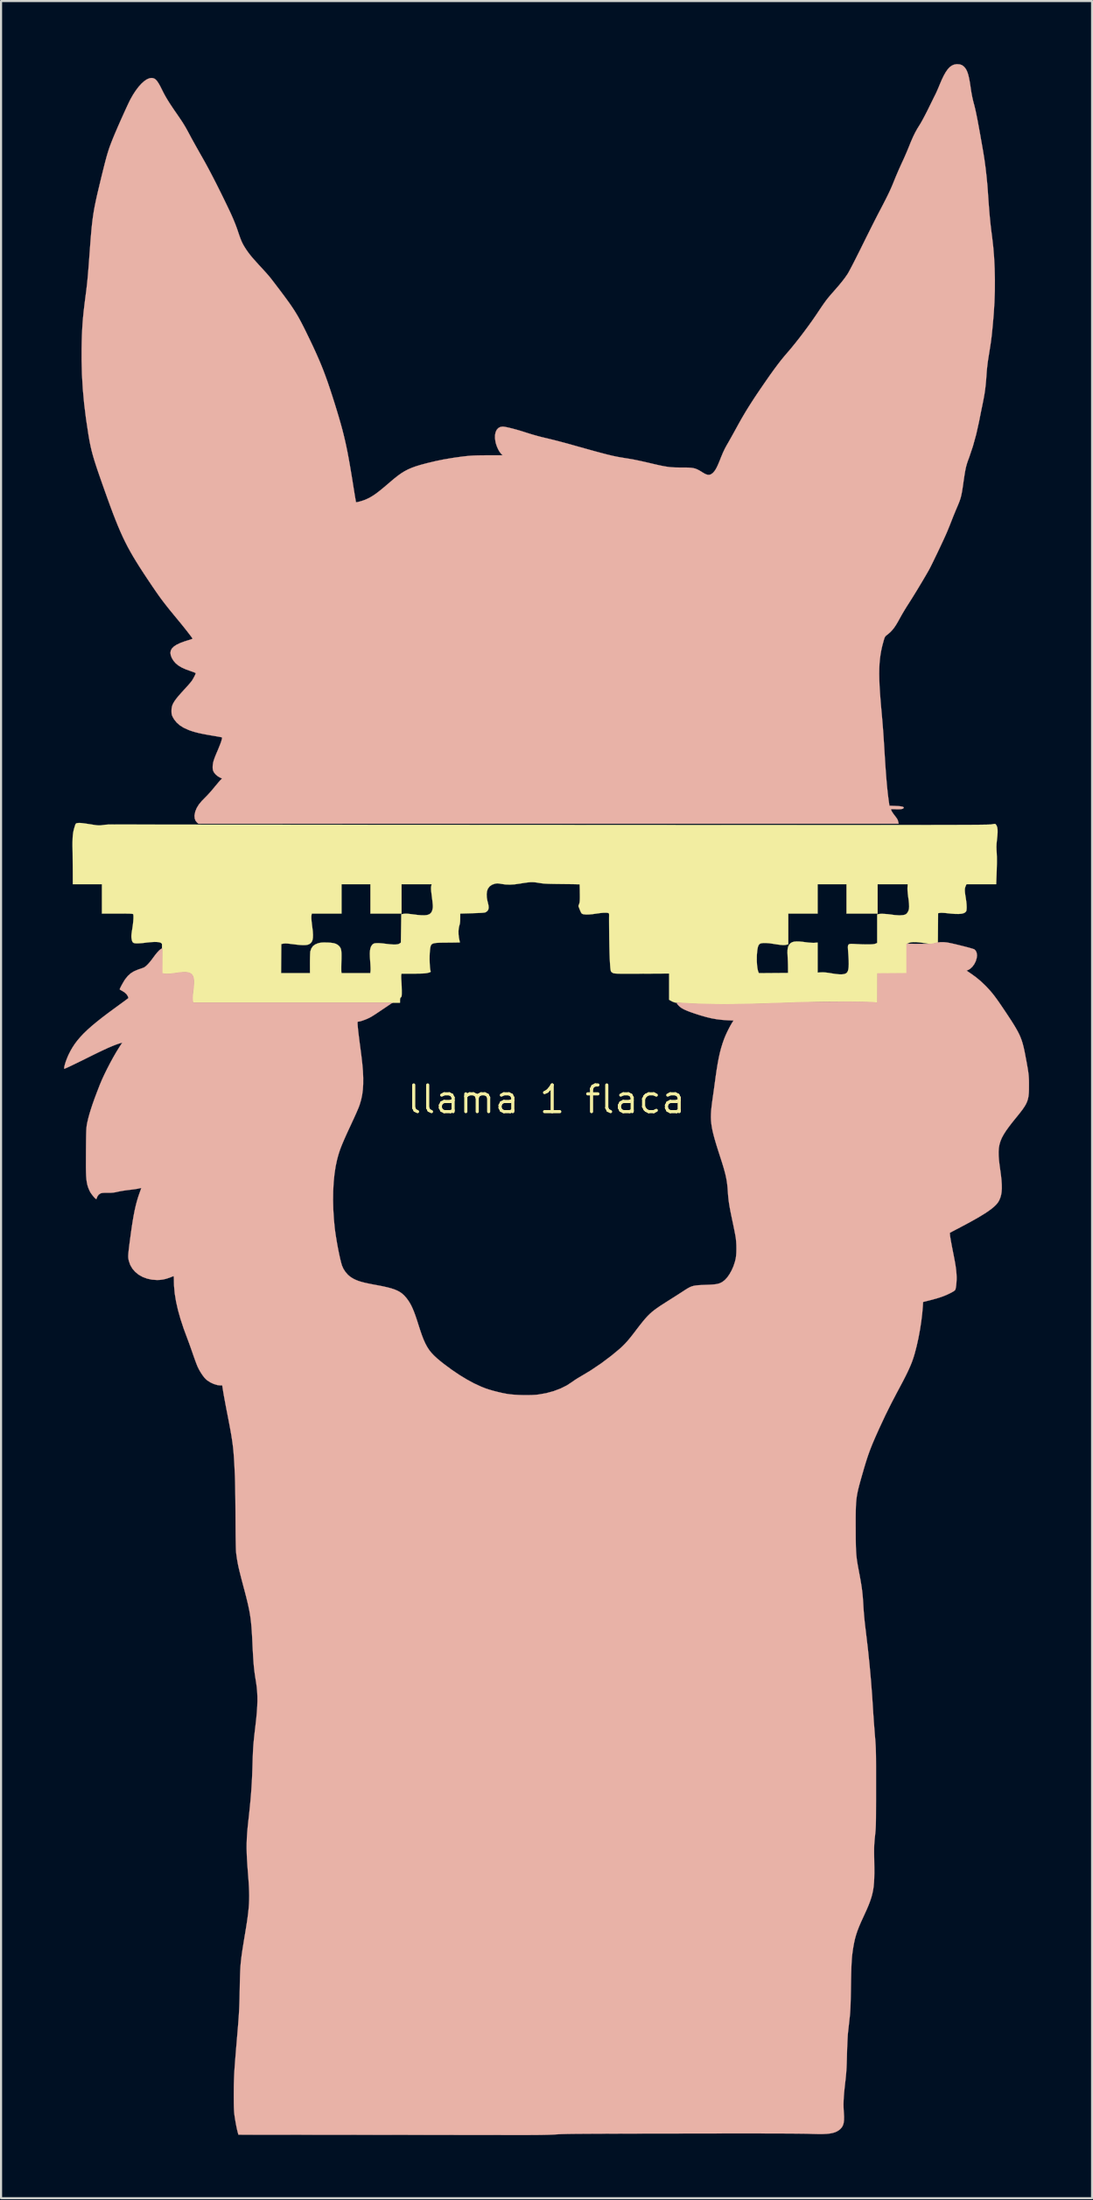
<source format=kicad_pcb>
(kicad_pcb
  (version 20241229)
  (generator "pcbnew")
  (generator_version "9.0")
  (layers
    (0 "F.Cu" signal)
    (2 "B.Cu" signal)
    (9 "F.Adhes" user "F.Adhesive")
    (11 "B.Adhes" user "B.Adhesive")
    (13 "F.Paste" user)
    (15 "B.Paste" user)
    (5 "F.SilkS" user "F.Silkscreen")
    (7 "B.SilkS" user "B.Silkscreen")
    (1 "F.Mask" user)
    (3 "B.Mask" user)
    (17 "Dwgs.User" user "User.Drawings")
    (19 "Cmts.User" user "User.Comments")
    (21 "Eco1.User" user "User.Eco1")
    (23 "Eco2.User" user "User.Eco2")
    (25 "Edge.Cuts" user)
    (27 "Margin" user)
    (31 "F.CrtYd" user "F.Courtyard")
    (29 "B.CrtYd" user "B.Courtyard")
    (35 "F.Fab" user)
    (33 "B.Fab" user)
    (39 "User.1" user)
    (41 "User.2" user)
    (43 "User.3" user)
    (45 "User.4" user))
  (footprint "llama 1 flaca"
    (layer "F.Cu")
    (at 22.97 49.281)
    (property "Reference" "llama 1 flaca" (at 0 0 0) (layer "F.SilkS") (effects (font (size 1.27 1.27) (thickness 0.15))))
    (attr through_hole)
    (fp_poly (pts (xy -0.618 -10.362) (xy -0.523 -10.354) (xy -0.418 -10.338) (xy -0.36 -10.329) (xy -0.272 -10.314) (xy -0.187 -10.303) (xy -0.097 -10.294) (xy 0.005 -10.288) (xy 0.126 -10.283) (xy 0.272 -10.279) (xy 0.451 -10.277) (xy 0.515 -10.276) (xy 0.692 -10.274) (xy 0.831 -10.272) (xy 0.938 -10.27) (xy 1.018 -10.267) (xy 1.074 -10.262) (xy 1.114 -10.256) (xy 1.14 -10.248) (xy 1.158 -10.238) (xy 1.174 -10.224) (xy 1.174 -10.224) (xy 1.224 -10.16) (xy 1.274 -10.06) (xy 1.327 -9.922) (xy 1.383 -9.745) (xy 1.408 -9.652) (xy 1.479 -9.406) (xy 1.552 -9.191) (xy 1.632 -8.993) (xy 1.724 -8.8) (xy 1.834 -8.602) (xy 1.968 -8.384) (xy 1.968 -8.384) (xy 2.037 -8.275) (xy 2.111 -8.156) (xy 2.178 -8.045) (xy 2.22 -7.975) (xy 2.29 -7.866) (xy 2.366 -7.771) (xy 2.459 -7.676) (xy 2.513 -7.627) (xy 2.607 -7.541) (xy 2.709 -7.446) (xy 2.803 -7.357) (xy 2.849 -7.313) (xy 2.999 -7.164) (xy 3.014 -6.953) (xy 3.028 -6.743) (xy 3.04 -6.571) (xy 3.051 -6.434) (xy 3.061 -6.326) (xy 3.07 -6.244) (xy 3.079 -6.183) (xy 3.088 -6.14) (xy 3.098 -6.111) (xy 3.109 -6.091) (xy 3.117 -6.082) (xy 3.165 -6.044) (xy 3.235 -6.017) (xy 3.33 -6.001) (xy 3.457 -5.994) (xy 3.619 -5.996) (xy 3.689 -5.998) (xy 4.005 -6.013) (xy 4.093 -5.922) (xy 4.183 -5.827) (xy 4.247 -5.757) (xy 4.285 -5.707) (xy 4.302 -5.675) (xy 4.301 -5.655) (xy 4.294 -5.648) (xy 4.256 -5.638) (xy 4.185 -5.633) (xy 4.089 -5.633) (xy 3.977 -5.636) (xy 3.857 -5.644) (xy 3.739 -5.654) (xy 3.631 -5.667) (xy 3.542 -5.683) (xy 3.51 -5.69) (xy 3.339 -5.742) (xy 3.173 -5.805) (xy 3.011 -5.882) (xy 2.849 -5.975) (xy 2.684 -6.085) (xy 2.513 -6.217) (xy 2.334 -6.371) (xy 2.143 -6.55) (xy 1.938 -6.757) (xy 1.715 -6.993) (xy 1.472 -7.261) (xy 1.398 -7.345) (xy 1.212 -7.554) (xy 1.05 -7.733) (xy 0.908 -7.887) (xy 0.784 -8.017) (xy 0.673 -8.127) (xy 0.573 -8.22) (xy 0.48 -8.299) (xy 0.39 -8.367) (xy 0.301 -8.427) (xy 0.208 -8.483) (xy 0.109 -8.537) (xy 0.081 -8.551) (xy -0.21 -8.684) (xy -0.502 -8.779) (xy -0.801 -8.839) (xy -1.116 -8.864) (xy -1.331 -8.863) (xy -1.612 -8.843) (xy -1.868 -8.799) (xy -2.11 -8.73) (xy -2.35 -8.632) (xy -2.382 -8.617) (xy -2.547 -8.533) (xy -2.696 -8.445) (xy -2.835 -8.347) (xy -2.968 -8.235) (xy -3.102 -8.105) (xy -3.24 -7.952) (xy -3.389 -7.77) (xy -3.545 -7.567) (xy -3.852 -7.144) (xy -4.125 -6.74) (xy -4.367 -6.352) (xy -4.578 -5.974) (xy -4.761 -5.605) (xy -4.917 -5.24) (xy -5.049 -4.876) (xy -5.158 -4.508) (xy -5.237 -4.172) (xy -5.258 -4.072) (xy -5.275 -3.986) (xy -5.287 -3.924) (xy -5.292 -3.894) (xy -5.292 -3.893) (xy -5.276 -3.896) (xy -5.235 -3.921) (xy -5.175 -3.964) (xy -5.128 -4.001) (xy -4.829 -4.228) (xy -4.538 -4.434) (xy -4.26 -4.613) (xy -3.999 -4.765) (xy -3.818 -4.858) (xy -3.721 -4.902) (xy -3.612 -4.947) (xy -3.499 -4.992) (xy -3.391 -5.032) (xy -3.294 -5.064) (xy -3.217 -5.087) (xy -3.168 -5.097) (xy -3.158 -5.097) (xy -3.153 -5.078) (xy -3.174 -5.035) (xy -3.217 -4.97) (xy -3.278 -4.89) (xy -3.353 -4.8) (xy -3.439 -4.703) (xy -3.491 -4.649) (xy -3.555 -4.585) (xy -3.645 -4.501) (xy -3.753 -4.404) (xy -3.871 -4.3) (xy -3.992 -4.196) (xy -4.032 -4.162) (xy -4.374 -3.866) (xy -4.68 -3.583) (xy -4.948 -3.313) (xy -5.179 -3.059) (xy -5.373 -2.819) (xy -5.528 -2.594) (xy -5.63 -2.414) (xy -5.664 -2.339) (xy -5.705 -2.241) (xy -5.745 -2.137) (xy -5.756 -2.106) (xy -5.81 -1.915) (xy -5.827 -1.739) (xy -5.806 -1.572) (xy -5.747 -1.407) (xy -5.649 -1.237) (xy -5.632 -1.213) (xy -5.579 -1.141) (xy -5.522 -1.073) (xy -5.459 -1.005) (xy -5.384 -0.935) (xy -5.294 -0.859) (xy -5.185 -0.774) (xy -5.053 -0.677) (xy -4.895 -0.564) (xy -4.705 -0.432) (xy -4.647 -0.392) (xy -4.317 -0.16) (xy -4.02 0.056) (xy -3.754 0.261) (xy -3.515 0.457) (xy -3.3 0.647) (xy -3.104 0.835) (xy -2.924 1.023) (xy -2.757 1.216) (xy -2.636 1.365) (xy -2.51 1.527) (xy -2.406 1.66) (xy -2.318 1.77) (xy -2.242 1.862) (xy -2.175 1.942) (xy -2.111 2.015) (xy -2.045 2.086) (xy -1.975 2.16) (xy -1.894 2.244) (xy -1.894 2.244) (xy -1.787 2.356) (xy -1.672 2.483) (xy -1.559 2.613) (xy -1.46 2.73) (xy -1.431 2.767) (xy -1.291 2.939) (xy -1.17 3.077) (xy -1.063 3.184) (xy -0.967 3.262) (xy -0.88 3.314) (xy -0.798 3.344) (xy -0.72 3.352) (xy -0.662 3.348) (xy -0.606 3.333) (xy -0.546 3.304) (xy -0.478 3.259) (xy -0.398 3.192) (xy -0.301 3.103) (xy -0.184 2.986) (xy -0.106 2.907) (xy 0.011 2.786) (xy 0.12 2.671) (xy 0.225 2.557) (xy 0.329 2.438) (xy 0.439 2.31) (xy 0.557 2.167) (xy 0.688 2.005) (xy 0.836 1.818) (xy 0.985 1.63) (xy 1.139 1.433) (xy 1.271 1.266) (xy 1.383 1.124) (xy 1.48 1.003) (xy 1.564 0.899) (xy 1.639 0.808) (xy 1.708 0.726) (xy 1.774 0.648) (xy 1.842 0.571) (xy 1.911 0.493) (xy 2.037 0.355) (xy 2.151 0.237) (xy 2.261 0.136) (xy 2.371 0.047) (xy 2.487 -0.034) (xy 2.617 -0.111) (xy 2.765 -0.187) (xy 2.939 -0.267) (xy 3.143 -0.354) (xy 3.26 -0.403) (xy 3.45 -0.482) (xy 3.606 -0.55) (xy 3.733 -0.609) (xy 3.837 -0.661) (xy 3.924 -0.71) (xy 3.962 -0.733) (xy 4.042 -0.783) (xy 4.067 -0.736) (xy 4.081 -0.691) (xy 4.094 -0.619) (xy 4.101 -0.54) (xy 4.101 -0.431) (xy 4.084 -0.329) (xy 4.048 -0.231) (xy 3.991 -0.133) (xy 3.908 -0.03) (xy 3.797 0.08) (xy 3.656 0.203) (xy 3.482 0.34) (xy 3.418 0.388) (xy 3.26 0.509) (xy 3.132 0.611) (xy 3.026 0.699) (xy 2.938 0.78) (xy 2.862 0.857) (xy 2.792 0.938) (xy 2.73 1.016) (xy 2.657 1.108) (xy 2.584 1.191) (xy 2.507 1.27) (xy 2.422 1.348) (xy 2.322 1.429) (xy 2.205 1.517) (xy 2.065 1.616) (xy 1.897 1.729) (xy 1.718 1.847) (xy 1.522 1.98) (xy 1.358 2.1) (xy 1.222 2.211) (xy 1.109 2.319) (xy 1.012 2.428) (xy 0.964 2.49) (xy 0.892 2.584) (xy 0.818 2.672) (xy 0.738 2.761) (xy 0.646 2.855) (xy 0.535 2.96) (xy 0.401 3.082) (xy 0.279 3.19) (xy 0.111 3.343) (xy -0.027 3.477) (xy -0.137 3.596) (xy -0.224 3.706) (xy -0.292 3.81) (xy -0.337 3.896) (xy -0.376 3.991) (xy -0.402 4.086) (xy -0.415 4.189) (xy -0.416 4.309) (xy -0.406 4.456) (xy -0.394 4.564) (xy -0.382 4.672) (xy -0.368 4.812) (xy -0.353 4.973) (xy -0.338 5.144) (xy -0.323 5.314) (xy -0.317 5.387) (xy -0.299 5.601) (xy -0.283 5.78) (xy -0.269 5.933) (xy -0.255 6.066) (xy -0.241 6.188) (xy -0.225 6.306) (xy -0.207 6.428) (xy -0.189 6.54) (xy -0.171 6.646) (xy -0.147 6.765) (xy -0.119 6.889) (xy -0.09 7.009) (xy -0.062 7.118) (xy -0.036 7.208) (xy -0.015 7.27) (xy -0.004 7.293) (xy 0.021 7.304) (xy 0.08 7.319) (xy 0.164 7.338) (xy 0.265 7.357) (xy 0.286 7.36) (xy 0.401 7.382) (xy 0.543 7.412) (xy 0.698 7.448) (xy 0.853 7.487) (xy 0.953 7.513) (xy 1.211 7.584) (xy 1.433 7.643) (xy 1.624 7.694) (xy 1.789 7.735) (xy 1.932 7.769) (xy 2.058 7.796) (xy 2.172 7.818) (xy 2.279 7.835) (xy 2.382 7.847) (xy 2.488 7.857) (xy 2.601 7.865) (xy 2.725 7.872) (xy 2.773 7.874) (xy 2.922 7.882) (xy 3.055 7.891) (xy 3.177 7.902) (xy 3.295 7.916) (xy 3.416 7.935) (xy 3.547 7.959) (xy 3.693 7.99) (xy 3.863 8.028) (xy 4.062 8.076) (xy 4.233 8.117) (xy 4.457 8.172) (xy 4.647 8.216) (xy 4.807 8.253) (xy 4.945 8.282) (xy 5.066 8.305) (xy 5.177 8.322) (xy 5.283 8.336) (xy 5.392 8.346) (xy 5.508 8.354) (xy 5.622 8.361) (xy 5.749 8.368) (xy 5.858 8.375) (xy 5.955 8.384) (xy 6.05 8.394) (xy 6.15 8.408) (xy 6.262 8.427) (xy 6.394 8.45) (xy 6.554 8.481) (xy 6.699 8.508) (xy 6.896 8.546) (xy 7.058 8.576) (xy 7.192 8.6) (xy 7.305 8.617) (xy 7.404 8.629) (xy 7.494 8.637) (xy 7.584 8.642) (xy 7.68 8.644) (xy 7.779 8.645) (xy 7.951 8.642) (xy 8.093 8.632) (xy 8.214 8.612) (xy 8.328 8.581) (xy 8.444 8.536) (xy 8.507 8.508) (xy 8.575 8.478) (xy 8.626 8.458) (xy 8.65 8.453) (xy 8.651 8.453) (xy 8.643 8.473) (xy 8.611 8.511) (xy 8.561 8.561) (xy 8.502 8.614) (xy 8.442 8.663) (xy 8.389 8.701) (xy 8.381 8.706) (xy 8.312 8.742) (xy 8.241 8.771) (xy 8.16 8.794) (xy 8.063 8.812) (xy 7.946 8.826) (xy 7.8 8.836) (xy 7.62 8.845) (xy 7.546 8.847) (xy 7.38 8.854) (xy 7.249 8.86) (xy 7.149 8.867) (xy 7.072 8.876) (xy 7.012 8.886) (xy 6.962 8.899) (xy 6.942 8.906) (xy 6.889 8.93) (xy 6.809 8.974) (xy 6.707 9.032) (xy 6.592 9.101) (xy 6.47 9.177) (xy 6.434 9.2) (xy 6.231 9.331) (xy 6.041 9.452) (xy 5.866 9.563) (xy 5.709 9.662) (xy 5.573 9.746) (xy 5.462 9.815) (xy 5.377 9.865) (xy 5.322 9.896) (xy 5.301 9.905) (xy 5.281 9.887) (xy 5.252 9.842) (xy 5.23 9.799) (xy 5.166 9.7) (xy 5.074 9.597) (xy 4.965 9.501) (xy 4.85 9.422) (xy 4.814 9.403) (xy 4.717 9.357) (xy 4.615 9.319) (xy 4.503 9.287) (xy 4.376 9.259) (xy 4.229 9.235) (xy 4.056 9.214) (xy 3.852 9.196) (xy 3.612 9.178) (xy 3.577 9.175) (xy 3.396 9.163) (xy 3.248 9.152) (xy 3.122 9.141) (xy 3.01 9.128) (xy 2.901 9.113) (xy 2.787 9.095) (xy 2.656 9.071) (xy 2.501 9.041) (xy 2.424 9.025) (xy 1.924 8.918) (xy 1.463 8.801) (xy 1.036 8.672) (xy 0.639 8.533) (xy 0.417 8.443) (xy 0.265 8.382) (xy 0.14 8.337) (xy 0.032 8.306) (xy -0.07 8.288) (xy -0.177 8.279) (xy -0.291 8.276) (xy -0.43 8.28) (xy -0.568 8.294) (xy -0.71 8.319) (xy -0.863 8.356) (xy -1.031 8.408) (xy -1.22 8.475) (xy -1.436 8.559) (xy -1.678 8.659) (xy -1.813 8.716) (xy -1.946 8.771) (xy -2.068 8.821) (xy -2.17 8.862) (xy -2.243 8.89) (xy -2.247 8.891) (xy -2.375 8.936) (xy -2.537 8.989) (xy -2.727 9.049) (xy -2.939 9.114) (xy -3.167 9.182) (xy -3.404 9.251) (xy -3.644 9.319) (xy -3.88 9.385) (xy -4.107 9.447) (xy -4.317 9.502) (xy -4.504 9.55) (xy -4.62 9.577) (xy -4.716 9.601) (xy -4.794 9.623) (xy -4.848 9.642) (xy -4.868 9.654) (xy -4.868 9.654) (xy -4.861 9.684) (xy -4.841 9.747) (xy -4.81 9.834) (xy -4.772 9.939) (xy -4.729 10.055) (xy -4.684 10.174) (xy -4.639 10.29) (xy -4.597 10.395) (xy -4.576 10.445) (xy -4.364 10.903) (xy -4.122 11.33) (xy -3.852 11.726) (xy -3.553 12.092) (xy -3.225 12.427) (xy -2.942 12.673) (xy -2.659 12.879) (xy -2.363 13.054) (xy -2.048 13.198) (xy -1.71 13.313) (xy -1.345 13.4) (xy -1.027 13.453) (xy -0.866 13.47) (xy -0.673 13.482) (xy -0.459 13.488) (xy -0.233 13.491) (xy -0.006 13.488) (xy 0.212 13.48) (xy 0.411 13.467) (xy 0.559 13.453) (xy 0.683 13.437) (xy 0.818 13.418) (xy 0.955 13.397) (xy 1.085 13.376) (xy 1.201 13.356) (xy 1.293 13.338) (xy 1.353 13.324) (xy 1.36 13.322) (xy 1.393 13.317) (xy 1.394 13.332) (xy 1.367 13.363) (xy 1.314 13.407) (xy 1.24 13.462) (xy 1.147 13.525) (xy 1.041 13.592) (xy 0.991 13.622) (xy 0.721 13.761) (xy 0.421 13.879) (xy 0.096 13.974) (xy -0.245 14.044) (xy -0.378 14.063) (xy -0.535 14.079) (xy -0.722 14.089) (xy -0.927 14.094) (xy -1.137 14.094) (xy -1.341 14.088) (xy -1.526 14.078) (xy -1.651 14.065) (xy -2.132 13.987) (xy -2.601 13.868) (xy -3.058 13.71) (xy -3.505 13.511) (xy -3.945 13.27) (xy -3.952 13.266) (xy -4.096 13.176) (xy -4.255 13.07) (xy -4.426 12.951) (xy -4.601 12.825) (xy -4.775 12.696) (xy -4.942 12.568) (xy -5.096 12.445) (xy -5.231 12.333) (xy -5.341 12.235) (xy -5.409 12.168) (xy -5.491 12.08) (xy -5.563 11.992) (xy -5.63 11.901) (xy -5.693 11.802) (xy -5.753 11.692) (xy -5.812 11.567) (xy -5.873 11.422) (xy -5.938 11.253) (xy -6.007 11.056) (xy -6.084 10.828) (xy -6.17 10.564) (xy -6.19 10.499) (xy -6.292 10.204) (xy -6.396 9.949) (xy -6.506 9.729) (xy -6.625 9.543) (xy -6.755 9.386) (xy -6.899 9.255) (xy -7.06 9.148) (xy -7.239 9.062) (xy -7.44 8.992) (xy -7.451 8.989) (xy -7.539 8.966) (xy -7.656 8.939) (xy -7.787 8.912) (xy -7.919 8.886) (xy -7.948 8.881) (xy -8.189 8.837) (xy -8.393 8.799) (xy -8.564 8.763) (xy -8.708 8.731) (xy -8.83 8.699) (xy -8.935 8.667) (xy -9.026 8.634) (xy -9.11 8.598) (xy -9.187 8.56) (xy -9.377 8.438) (xy -9.536 8.288) (xy -9.662 8.111) (xy -9.755 7.91) (xy -9.768 7.872) (xy -9.806 7.736) (xy -9.847 7.566) (xy -9.891 7.366) (xy -9.934 7.145) (xy -9.977 6.908) (xy -10.018 6.663) (xy -10.057 6.417) (xy -10.091 6.175) (xy -10.12 5.945) (xy -10.142 5.733) (xy -10.143 5.726) (xy -10.153 5.581) (xy -10.161 5.404) (xy -10.166 5.202) (xy -10.169 4.983) (xy -10.17 4.908) (xy -8.89 4.908) (xy -8.874 5.304) (xy -8.828 5.679) (xy -8.754 6.031) (xy -8.652 6.359) (xy -8.522 6.661) (xy -8.366 6.935) (xy -8.185 7.18) (xy -7.979 7.395) (xy -7.75 7.578) (xy -7.498 7.727) (xy -7.224 7.841) (xy -7.197 7.85) (xy -7.103 7.879) (xy -7.011 7.903) (xy -6.913 7.924) (xy -6.803 7.943) (xy -6.674 7.961) (xy -6.52 7.979) (xy -6.334 7.998) (xy -6.223 8.008) (xy -6.133 8.014) (xy -6.011 8.017) (xy -5.867 8.019) (xy -5.71 8.018) (xy -5.551 8.015) (xy -5.401 8.011) (xy -5.268 8.004) (xy -5.206 8) (xy -5.039 7.986) (xy -4.874 7.969) (xy -4.706 7.948) (xy -4.531 7.923) (xy -4.345 7.894) (xy -4.144 7.858) (xy -3.924 7.816) (xy -3.68 7.767) (xy -3.408 7.71) (xy -3.104 7.643) (xy -2.764 7.568) (xy -2.709 7.556) (xy -2.515 7.513) (xy -2.317 7.469) (xy -2.122 7.428) (xy -1.94 7.389) (xy -1.777 7.356) (xy -1.642 7.329) (xy -1.566 7.315) (xy -1.196 7.247) (xy -1.139 7.023) (xy -1.1 6.863) (xy -1.07 6.712) (xy -1.046 6.561) (xy -1.028 6.403) (xy -1.015 6.228) (xy -1.006 6.028) (xy -1.001 5.824) (xy -0.998 5.539) (xy -1.001 5.238) (xy -1.011 4.913) (xy -1.027 4.565) (xy -1.035 4.395) (xy -1.044 4.239) (xy -1.051 4.102) (xy -1.057 3.989) (xy -1.062 3.905) (xy -1.065 3.854) (xy -1.066 3.841) (xy -1.082 3.828) (xy -1.124 3.792) (xy -1.187 3.739) (xy -1.263 3.673) (xy -1.281 3.658) (xy -1.338 3.606) (xy -1.421 3.528) (xy -1.526 3.427) (xy -1.649 3.308) (xy -1.786 3.173) (xy -1.933 3.027) (xy -2.087 2.873) (xy -2.242 2.716) (xy -2.254 2.704) (xy -2.411 2.546) (xy -2.568 2.39) (xy -2.719 2.241) (xy -2.861 2.101) (xy -2.99 1.977) (xy -3.102 1.87) (xy -3.192 1.786) (xy -3.258 1.728) (xy -3.26 1.726) (xy -3.435 1.584) (xy -3.622 1.446) (xy -3.827 1.307) (xy -4.057 1.165) (xy -4.317 1.014) (xy -4.487 0.92) (xy -4.765 0.766) (xy -5.007 0.626) (xy -5.219 0.497) (xy -5.402 0.378) (xy -5.561 0.265) (xy -5.7 0.155) (xy -5.822 0.046) (xy -5.931 -0.064) (xy -6.031 -0.179) (xy -6.069 -0.226) (xy -6.154 -0.336) (xy -6.491 0.007) (xy -6.69 0.211) (xy -6.863 0.394) (xy -7.018 0.562) (xy -7.16 0.724) (xy -7.296 0.885) (xy -7.426 1.045) (xy -7.746 1.475) (xy -8.028 1.915) (xy -8.271 2.363) (xy -8.475 2.819) (xy -8.638 3.28) (xy -8.762 3.744) (xy -8.844 4.212) (xy -8.885 4.68) (xy -8.89 4.908) (xy -10.17 4.908) (xy -10.17 4.755) (xy -10.168 4.525) (xy -10.164 4.302) (xy -10.157 4.093) (xy -10.149 3.907) (xy -10.138 3.751) (xy -10.131 3.687) (xy -10.104 3.461) (xy -10.073 3.253) (xy -10.037 3.056) (xy -9.993 2.864) (xy -9.94 2.673) (xy -9.877 2.477) (xy -9.801 2.27) (xy -9.712 2.046) (xy -9.606 1.8) (xy -9.482 1.528) (xy -9.382 1.312) (xy -9.253 1.034) (xy -9.141 0.789) (xy -9.047 0.573) (xy -8.968 0.379) (xy -8.903 0.204) (xy -8.852 0.043) (xy -8.812 -0.109) (xy -8.783 -0.257) (xy -8.763 -0.406) (xy -8.751 -0.559) (xy -8.745 -0.723) (xy -8.746 -0.901) (xy -8.749 -1.069) (xy -8.753 -1.198) (xy -8.758 -1.315) (xy -8.764 -1.428) (xy -8.772 -1.541) (xy -8.783 -1.66) (xy -8.796 -1.791) (xy -8.814 -1.941) (xy -8.836 -2.114) (xy -8.863 -2.316) (xy -8.895 -2.554) (xy -8.9 -2.593) (xy -8.93 -2.815) (xy -8.955 -3.021) (xy -8.977 -3.206) (xy -8.993 -3.367) (xy -9.005 -3.501) (xy -9.012 -3.603) (xy -9.012 -3.67) (xy -9.009 -3.695) (xy -8.981 -3.719) (xy -8.947 -3.725) (xy -8.887 -3.735) (xy -8.798 -3.76) (xy -8.691 -3.798) (xy -8.576 -3.845) (xy -8.461 -3.898) (xy -8.435 -3.911) (xy -8.37 -3.948) (xy -8.277 -4.004) (xy -8.163 -4.075) (xy -8.036 -4.157) (xy -7.903 -4.244) (xy -7.812 -4.306) (xy -7.358 -4.614) (xy -6.986 -4.614) (xy -6.991 -4.73) (xy -6.991 -4.8) (xy -6.981 -4.844) (xy -6.956 -4.88) (xy -6.929 -4.905) (xy -6.889 -4.944) (xy -6.829 -5.007) (xy -6.759 -5.084) (xy -6.687 -5.165) (xy -6.535 -5.336) (xy -6.383 -5.498) (xy -6.236 -5.647) (xy -6.103 -5.774) (xy -5.988 -5.875) (xy -5.976 -5.884) (xy -5.889 -5.95) (xy -5.816 -5.994) (xy -5.742 -6.024) (xy -5.68 -6.041) (xy -5.603 -6.062) (xy -5.54 -6.081) (xy -5.506 -6.094) (xy -5.506 -6.095) (xy -5.488 -6.124) (xy -5.473 -6.185) (xy -5.463 -6.25) (xy -5.454 -6.314) (xy -5.44 -6.37) (xy -5.416 -6.425) (xy -5.379 -6.485) (xy -5.323 -6.558) (xy -5.246 -6.65) (xy -5.176 -6.731) (xy -5.103 -6.817) (xy -5.048 -6.892) (xy -5.001 -6.97) (xy -4.955 -7.063) (xy -4.911 -7.165) (xy -4.869 -7.263) (xy -4.832 -7.349) (xy -4.803 -7.413) (xy -4.786 -7.448) (xy -4.784 -7.45) (xy -4.767 -7.463) (xy -4.732 -7.473) (xy -4.671 -7.48) (xy -4.579 -7.486) (xy -4.456 -7.49) (xy -4.335 -7.493) (xy -4.251 -7.497) (xy -4.197 -7.503) (xy -4.168 -7.51) (xy -4.157 -7.521) (xy -4.158 -7.532) (xy -4.187 -7.657) (xy -4.205 -7.803) (xy -4.211 -7.955) (xy -4.205 -8.1) (xy -4.187 -8.223) (xy -4.179 -8.254) (xy -4.153 -8.322) (xy -4.113 -8.388) (xy -4.053 -8.463) (xy -4 -8.52) (xy -3.921 -8.607) (xy -3.87 -8.675) (xy -3.843 -8.732) (xy -3.834 -8.786) (xy -3.836 -8.826) (xy -3.842 -8.879) (xy -3.397 -8.89) (xy -3.228 -8.896) (xy -3.095 -8.902) (xy -2.995 -8.912) (xy -2.921 -8.925) (xy -2.868 -8.943) (xy -2.831 -8.968) (xy -2.804 -8.999) (xy -2.795 -9.016) (xy -2.776 -9.088) (xy -2.777 -9.19) (xy -2.798 -9.317) (xy -2.819 -9.397) (xy -2.847 -9.524) (xy -2.863 -9.662) (xy -2.866 -9.795) (xy -2.855 -9.911) (xy -2.839 -9.977) (xy -2.775 -10.101) (xy -2.682 -10.196) (xy -2.562 -10.261) (xy -2.417 -10.295) (xy -2.251 -10.296) (xy -2.119 -10.277) (xy -1.955 -10.252) (xy -1.781 -10.244) (xy -1.59 -10.252) (xy -1.372 -10.278) (xy -1.258 -10.296) (xy -1.081 -10.324) (xy -0.936 -10.345) (xy -0.817 -10.358) (xy -0.714 -10.364) (xy -0.618 -10.362)) (stroke (width 0.01) (type solid)) (fill yes) (layer "F.Mask"))
    (fp_poly (pts (xy -6.048 -0.24) (xy -5.9 -0.07) (xy -5.718 0.103) (xy -5.51 0.274) (xy -5.281 0.436) (xy -5.139 0.525) (xy -5.071 0.565) (xy -4.973 0.621) (xy -4.853 0.689) (xy -4.719 0.765) (xy -4.577 0.844) (xy -4.477 0.899) (xy -4.207 1.051) (xy -3.97 1.191) (xy -3.762 1.323) (xy -3.576 1.45) (xy -3.406 1.576) (xy -3.247 1.706) (xy -3.217 1.731) (xy -3.153 1.789) (xy -3.063 1.873) (xy -2.952 1.98) (xy -2.823 2.105) (xy -2.682 2.244) (xy -2.531 2.393) (xy -2.376 2.548) (xy -2.223 2.703) (xy -2.067 2.859) (xy -1.914 3.013) (xy -1.767 3.159) (xy -1.63 3.294) (xy -1.507 3.414) (xy -1.401 3.516) (xy -1.317 3.595) (xy -1.258 3.648) (xy -1.257 3.649) (xy -1.044 3.833) (xy -1.014 4.388) (xy -1.003 4.63) (xy -0.994 4.881) (xy -0.988 5.134) (xy -0.985 5.385) (xy -0.984 5.628) (xy -0.986 5.858) (xy -0.991 6.068) (xy -0.998 6.254) (xy -1.008 6.411) (xy -1.02 6.532) (xy -1.024 6.559) (xy -1.049 6.703) (xy -1.077 6.843) (xy -1.106 6.973) (xy -1.136 7.086) (xy -1.164 7.176) (xy -1.188 7.237) (xy -1.206 7.262) (xy -1.238 7.271) (xy -1.302 7.286) (xy -1.393 7.304) (xy -1.5 7.325) (xy -1.556 7.335) (xy -1.66 7.354) (xy -1.796 7.382) (xy -1.957 7.415) (xy -2.132 7.452) (xy -2.315 7.491) (xy -2.496 7.531) (xy -2.529 7.539) (xy -2.894 7.62) (xy -3.222 7.692) (xy -3.516 7.755) (xy -3.78 7.809) (xy -4.017 7.856) (xy -4.232 7.896) (xy -4.428 7.93) (xy -4.609 7.957) (xy -4.778 7.979) (xy -4.939 7.997) (xy -5.097 8.01) (xy -5.254 8.02) (xy -5.414 8.026) (xy -5.581 8.03) (xy -5.641 8.031) (xy -5.787 8.033) (xy -5.926 8.034) (xy -6.048 8.034) (xy -6.148 8.033) (xy -6.216 8.031) (xy -6.234 8.03) (xy -6.54 8) (xy -6.808 7.961) (xy -7.044 7.912) (xy -7.251 7.853) (xy -7.434 7.782) (xy -7.484 7.758) (xy -7.747 7.609) (xy -7.982 7.427) (xy -8.192 7.214) (xy -8.377 6.966) (xy -8.527 6.705) (xy -8.662 6.397) (xy -8.769 6.062) (xy -8.846 5.704) (xy -8.893 5.329) (xy -8.911 4.941) (xy -8.899 4.543) (xy -8.856 4.141) (xy -8.783 3.739) (xy -8.741 3.567) (xy -8.626 3.17) (xy -8.487 2.785) (xy -8.323 2.41) (xy -8.13 2.04) (xy -7.908 1.673) (xy -7.654 1.307) (xy -7.366 0.937) (xy -7.044 0.561) (xy -6.684 0.176) (xy -6.492 -0.018) (xy -6.144 -0.364) (xy -6.048 -0.24)) (stroke (width 0.01) (type solid)) (fill yes) (layer "B.Mask"))
    (fp_poly (pts (xy -0.19 8.257) (xy -0.101 8.263) (xy -0.016 8.275) (xy 0.073 8.297) (xy 0.175 8.328) (xy 0.297 8.373) (xy 0.447 8.431) (xy 0.498 8.452) (xy 0.806 8.57) (xy 1.114 8.676) (xy 1.431 8.771) (xy 1.766 8.86) (xy 2.13 8.943) (xy 2.328 8.985) (xy 2.527 9.025) (xy 2.694 9.057) (xy 2.842 9.082) (xy 2.98 9.102) (xy 3.12 9.118) (xy 3.272 9.133) (xy 3.446 9.146) (xy 3.577 9.155) (xy 3.732 9.166) (xy 3.885 9.178) (xy 4.027 9.191) (xy 4.149 9.203) (xy 4.242 9.214) (xy 4.268 9.218) (xy 4.522 9.271) (xy 4.739 9.344) (xy 4.923 9.438) (xy 5.074 9.554) (xy 5.194 9.693) (xy 5.263 9.808) (xy 5.291 9.865) (xy 5.307 9.904) (xy 5.309 9.915) (xy 5.29 9.929) (xy 5.247 9.961) (xy 5.207 9.991) (xy 5.104 10.072) (xy 5.007 10.154) (xy 4.914 10.242) (xy 4.818 10.34) (xy 4.717 10.452) (xy 4.607 10.584) (xy 4.483 10.738) (xy 4.342 10.921) (xy 4.244 11.049) (xy 4.074 11.267) (xy 3.91 11.462) (xy 3.746 11.642) (xy 3.574 11.813) (xy 3.387 11.982) (xy 3.179 12.156) (xy 2.941 12.342) (xy 2.893 12.379) (xy 2.739 12.493) (xy 2.565 12.616) (xy 2.378 12.743) (xy 2.185 12.87) (xy 1.995 12.992) (xy 1.814 13.103) (xy 1.651 13.2) (xy 1.511 13.277) (xy 1.481 13.293) (xy 1.391 13.328) (xy 1.264 13.362) (xy 1.107 13.394) (xy 0.924 13.423) (xy 0.723 13.45) (xy 0.508 13.472) (xy 0.285 13.491) (xy 0.061 13.505) (xy -0.16 13.513) (xy -0.37 13.516) (xy -0.566 13.512) (xy -0.709 13.504) (xy -1.115 13.459) (xy -1.499 13.386) (xy -1.857 13.288) (xy -2.187 13.166) (xy -2.485 13.019) (xy -2.681 12.898) (xy -3.035 12.631) (xy -3.366 12.33) (xy -3.673 11.994) (xy -3.955 11.624) (xy -4.211 11.222) (xy -4.423 10.827) (xy -4.481 10.704) (xy -4.543 10.567) (xy -4.605 10.423) (xy -4.666 10.276) (xy -4.724 10.132) (xy -4.776 9.995) (xy -4.821 9.873) (xy -4.856 9.769) (xy -4.88 9.689) (xy -4.89 9.639) (xy -4.888 9.624) (xy -4.866 9.617) (xy -4.808 9.602) (xy -4.723 9.58) (xy -4.615 9.553) (xy -4.493 9.523) (xy -4.477 9.519) (xy -4.326 9.481) (xy -4.15 9.436) (xy -3.958 9.385) (xy -3.758 9.33) (xy -3.56 9.276) (xy -3.373 9.223) (xy -3.207 9.175) (xy -3.07 9.134) (xy -3.037 9.124) (xy -2.733 9.026) (xy -2.46 8.935) (xy -2.21 8.846) (xy -1.973 8.755) (xy -1.739 8.661) (xy -1.705 8.647) (xy -1.46 8.546) (xy -1.247 8.463) (xy -1.061 8.396) (xy -0.897 8.344) (xy -0.75 8.306) (xy -0.613 8.279) (xy -0.483 8.263) (xy -0.352 8.256) (xy -0.291 8.255) (xy -0.19 8.257)) (stroke (width 0.01) (type solid)) (fill yes) (layer "B.Mask"))
    (fp_poly (pts (xy 14.309 -8.869) (xy 15.748 -8.869) (xy 15.748 -10.266) (xy 17.25 -10.266) (xy 17.229 -10.212) (xy 17.214 -10.14) (xy 17.21 -10.035) (xy 17.218 -9.896) (xy 17.237 -9.719) (xy 17.253 -9.606) (xy 17.28 -9.39) (xy 17.289 -9.21) (xy 17.281 -9.065) (xy 17.253 -8.95) (xy 17.205 -8.864) (xy 17.134 -8.802) (xy 17.04 -8.764) (xy 16.921 -8.745) (xy 16.84 -8.742) (xy 16.757 -8.745) (xy 16.645 -8.753) (xy 16.517 -8.766) (xy 16.386 -8.782) (xy 16.344 -8.787) (xy 16.198 -8.806) (xy 16.085 -8.817) (xy 15.997 -8.821) (xy 15.927 -8.817) (xy 15.898 -8.814) (xy 15.78 -8.795) (xy 15.774 -8.125) (xy 15.769 -7.455) (xy 15.657 -7.441) (xy 15.595 -7.439) (xy 15.502 -7.441) (xy 15.386 -7.447) (xy 15.258 -7.456) (xy 15.196 -7.462) (xy 15.001 -7.479) (xy 14.841 -7.484) (xy 14.711 -7.478) (xy 14.606 -7.46) (xy 14.52 -7.429) (xy 14.448 -7.384) (xy 14.41 -7.351) (xy 14.358 -7.288) (xy 14.321 -7.209) (xy 14.3 -7.11) (xy 14.292 -6.983) (xy 14.296 -6.821) (xy 14.296 -6.818) (xy 14.306 -6.619) (xy 14.315 -6.458) (xy 14.321 -6.33) (xy 14.325 -6.232) (xy 14.327 -6.159) (xy 14.327 -6.106) (xy 14.325 -6.069) (xy 14.322 -6.045) (xy 14.317 -6.028) (xy 14.311 -6.016) (xy 14.262 -5.969) (xy 14.175 -5.941) (xy 14.05 -5.931) (xy 13.887 -5.938) (xy 13.686 -5.963) (xy 13.568 -5.982) (xy 13.408 -6.007) (xy 13.257 -6.022) (xy 13.123 -6.027) (xy 13.014 -6.021) (xy 12.937 -6.006) (xy 12.928 -6.002) (xy 12.918 -6) (xy 12.91 -6.005) (xy 12.903 -6.023) (xy 12.899 -6.056) (xy 12.895 -6.109) (xy 12.893 -6.186) (xy 12.892 -6.291) (xy 12.891 -6.428) (xy 12.891 -6.601) (xy 12.89 -6.714) (xy 12.89 -7.441) (xy 12.745 -7.433) (xy 12.668 -7.433) (xy 12.562 -7.439) (xy 12.436 -7.451) (xy 12.303 -7.466) (xy 12.267 -7.471) (xy 12.086 -7.493) (xy 11.941 -7.502) (xy 11.825 -7.498) (xy 11.735 -7.478) (xy 11.664 -7.443) (xy 11.607 -7.391) (xy 11.562 -7.326) (xy 11.537 -7.283) (xy 11.521 -7.243) (xy 11.512 -7.197) (xy 11.507 -7.136) (xy 11.505 -7.048) (xy 11.505 -6.964) (xy 11.507 -6.834) (xy 11.511 -6.683) (xy 11.517 -6.528) (xy 11.524 -6.401) (xy 11.53 -6.288) (xy 11.532 -6.186) (xy 11.532 -6.105) (xy 11.529 -6.054) (xy 11.528 -6.046) (xy 11.514 -5.99) (xy 10.097 -5.99) (xy 10.097 -7.41) (xy 10.17 -7.441) (xy 10.252 -7.462) (xy 10.364 -7.47) (xy 10.51 -7.464) (xy 10.691 -7.444) (xy 10.874 -7.417) (xy 11.056 -7.39) (xy 11.211 -7.376) (xy 11.336 -7.372) (xy 11.425 -7.381) (xy 11.471 -7.397) (xy 11.478 -7.421) (xy 11.484 -7.484) (xy 11.488 -7.586) (xy 11.491 -7.729) (xy 11.493 -7.912) (xy 11.493 -8.138) (xy 11.493 -8.869) (xy 12.89 -8.869) (xy 12.89 -10.266) (xy 14.309 -10.266) (xy 14.309 -8.869)) (stroke (width 0.01) (type solid)) (fill yes) (layer "B.Mask"))
    (fp_poly (pts (xy -8.361 -8.869) (xy -6.921 -8.869) (xy -6.921 -10.266) (xy -6.178 -10.266) (xy -5.978 -10.266) (xy -5.816 -10.265) (xy -5.689 -10.263) (xy -5.593 -10.261) (xy -5.524 -10.258) (xy -5.479 -10.253) (xy -5.455 -10.248) (xy -5.446 -10.24) (xy -5.446 -10.237) (xy -5.465 -10.167) (xy -5.473 -10.077) (xy -5.47 -9.962) (xy -5.456 -9.815) (xy -5.44 -9.693) (xy -5.416 -9.496) (xy -5.402 -9.32) (xy -5.397 -9.171) (xy -5.401 -9.054) (xy -5.416 -8.972) (xy -5.419 -8.962) (xy -5.457 -8.887) (xy -5.509 -8.829) (xy -5.58 -8.787) (xy -5.673 -8.759) (xy -5.791 -8.746) (xy -5.939 -8.747) (xy -6.12 -8.76) (xy -6.339 -8.786) (xy -6.345 -8.787) (xy -6.495 -8.806) (xy -6.609 -8.817) (xy -6.696 -8.821) (xy -6.761 -8.818) (xy -6.789 -8.814) (xy -6.89 -8.795) (xy -6.901 -7.456) (xy -7.012 -7.443) (xy -7.07 -7.44) (xy -7.16 -7.442) (xy -7.274 -7.447) (xy -7.401 -7.456) (xy -7.497 -7.464) (xy -7.682 -7.478) (xy -7.832 -7.484) (xy -7.952 -7.481) (xy -8.049 -7.467) (xy -8.13 -7.443) (xy -8.2 -7.408) (xy -8.216 -7.398) (xy -8.276 -7.349) (xy -8.323 -7.289) (xy -8.356 -7.213) (xy -8.378 -7.117) (xy -8.388 -6.995) (xy -8.387 -6.843) (xy -8.378 -6.655) (xy -8.373 -6.584) (xy -8.364 -6.454) (xy -8.357 -6.33) (xy -8.354 -6.222) (xy -8.353 -6.139) (xy -8.355 -6.101) (xy -8.366 -5.99) (xy -9.776 -5.99) (xy -9.79 -6.08) (xy -9.793 -6.132) (xy -9.793 -6.217) (xy -9.791 -6.324) (xy -9.787 -6.446) (xy -9.783 -6.519) (xy -9.775 -6.712) (xy -9.773 -6.869) (xy -9.78 -6.994) (xy -9.795 -7.095) (xy -9.821 -7.175) (xy -9.856 -7.24) (xy -9.904 -7.297) (xy -9.906 -7.299) (xy -9.989 -7.362) (xy -10.098 -7.407) (xy -10.236 -7.436) (xy -10.407 -7.447) (xy -10.546 -7.447) (xy -10.712 -7.437) (xy -10.843 -7.418) (xy -10.947 -7.388) (xy -11.03 -7.343) (xy -11.1 -7.282) (xy -11.112 -7.268) (xy -11.152 -7.217) (xy -11.183 -7.16) (xy -11.207 -7.093) (xy -11.224 -7.009) (xy -11.235 -6.904) (xy -11.241 -6.771) (xy -11.243 -6.606) (xy -11.242 -6.472) (xy -11.238 -5.99) (xy -11.934 -5.99) (xy -12.101 -5.991) (xy -12.255 -5.992) (xy -12.39 -5.994) (xy -12.502 -5.996) (xy -12.584 -5.999) (xy -12.633 -6.002) (xy -12.644 -6.004) (xy -12.647 -6.028) (xy -12.65 -6.089) (xy -12.653 -6.182) (xy -12.655 -6.302) (xy -12.657 -6.444) (xy -12.658 -6.603) (xy -12.658 -6.7) (xy -12.657 -6.893) (xy -12.656 -7.048) (xy -12.655 -7.169) (xy -12.652 -7.26) (xy -12.648 -7.325) (xy -12.642 -7.369) (xy -12.636 -7.395) (xy -12.627 -7.407) (xy -12.571 -7.432) (xy -12.476 -7.443) (xy -12.342 -7.441) (xy -12.168 -7.425) (xy -12.037 -7.408) (xy -11.808 -7.381) (xy -11.619 -7.369) (xy -11.468 -7.372) (xy -11.357 -7.39) (xy -11.289 -7.42) (xy -11.227 -7.477) (xy -11.182 -7.548) (xy -11.153 -7.637) (xy -11.139 -7.75) (xy -11.139 -7.89) (xy -11.154 -8.062) (xy -11.176 -8.234) (xy -11.201 -8.427) (xy -11.214 -8.582) (xy -11.216 -8.701) (xy -11.206 -8.786) (xy -11.198 -8.815) (xy -11.177 -8.869) (xy -9.779 -8.869) (xy -9.779 -10.266) (xy -8.361 -10.266) (xy -8.361 -8.869)) (stroke (width 0.01) (type solid)) (fill yes) (layer "B.Mask"))
    (fp_poly (pts (xy -1.06 -8.877) (xy -0.908 -8.869) (xy -0.774 -8.858) (xy -0.669 -8.842) (xy -0.657 -8.84) (xy -0.326 -8.75) (xy -0.023 -8.631) (xy 0.256 -8.481) (xy 0.516 -8.296) (xy 0.691 -8.143) (xy 0.751 -8.083) (xy 0.834 -7.997) (xy 0.934 -7.89) (xy 1.047 -7.768) (xy 1.167 -7.636) (xy 1.289 -7.5) (xy 1.341 -7.44) (xy 1.47 -7.296) (xy 1.604 -7.148) (xy 1.738 -7.001) (xy 1.865 -6.864) (xy 1.979 -6.744) (xy 2.074 -6.646) (xy 2.095 -6.625) (xy 2.354 -6.38) (xy 2.603 -6.173) (xy 2.846 -6.004) (xy 3.086 -5.87) (xy 3.326 -5.769) (xy 3.569 -5.701) (xy 3.819 -5.663) (xy 4.066 -5.654) (xy 4.333 -5.658) (xy 4.585 -5.476) (xy 4.818 -5.314) (xy 5.055 -5.163) (xy 5.287 -5.029) (xy 5.503 -4.917) (xy 5.61 -4.868) (xy 5.717 -4.82) (xy 5.822 -4.772) (xy 5.912 -4.729) (xy 5.969 -4.701) (xy 6.043 -4.665) (xy 6.112 -4.638) (xy 6.149 -4.626) (xy 6.214 -4.592) (xy 6.26 -4.54) (xy 6.307 -4.479) (xy 6.366 -4.422) (xy 6.441 -4.369) (xy 6.537 -4.315) (xy 6.658 -4.26) (xy 6.809 -4.201) (xy 6.993 -4.136) (xy 7.165 -4.079) (xy 7.408 -4.002) (xy 7.621 -3.94) (xy 7.812 -3.892) (xy 7.992 -3.855) (xy 8.168 -3.828) (xy 8.349 -3.81) (xy 8.545 -3.798) (xy 8.61 -3.795) (xy 8.721 -3.79) (xy 8.816 -3.785) (xy 8.887 -3.78) (xy 8.926 -3.775) (xy 8.932 -3.773) (xy 8.922 -3.752) (xy 8.894 -3.703) (xy 8.854 -3.634) (xy 8.825 -3.585) (xy 8.638 -3.239) (xy 8.477 -2.861) (xy 8.34 -2.45) (xy 8.228 -2.004) (xy 8.181 -1.77) (xy 8.165 -1.675) (xy 8.145 -1.547) (xy 8.121 -1.391) (xy 8.096 -1.218) (xy 8.07 -1.034) (xy 8.044 -0.847) (xy 8.032 -0.761) (xy 8.008 -0.576) (xy 7.983 -0.393) (xy 7.958 -0.217) (xy 7.936 -0.056) (xy 7.917 0.081) (xy 7.901 0.187) (xy 7.895 0.226) (xy 7.864 0.513) (xy 7.854 0.807) (xy 7.868 1.092) (xy 7.886 1.246) (xy 7.909 1.382) (xy 7.939 1.527) (xy 7.977 1.687) (xy 8.025 1.867) (xy 8.084 2.07) (xy 8.155 2.302) (xy 8.24 2.568) (xy 8.264 2.642) (xy 8.347 2.897) (xy 8.416 3.117) (xy 8.473 3.31) (xy 8.52 3.48) (xy 8.558 3.633) (xy 8.588 3.776) (xy 8.611 3.914) (xy 8.629 4.053) (xy 8.644 4.199) (xy 8.655 4.358) (xy 8.657 4.39) (xy 8.671 4.567) (xy 8.688 4.74) (xy 8.711 4.916) (xy 8.741 5.102) (xy 8.779 5.309) (xy 8.826 5.542) (xy 8.86 5.703) (xy 8.907 5.925) (xy 8.946 6.111) (xy 8.977 6.269) (xy 9.002 6.405) (xy 9.022 6.526) (xy 9.038 6.637) (xy 9.05 6.745) (xy 9.06 6.844) (xy 9.072 7.168) (xy 9.046 7.475) (xy 8.981 7.769) (xy 8.878 8.054) (xy 8.757 8.294) (xy 8.71 8.374) (xy 8.67 8.427) (xy 8.626 8.466) (xy 8.565 8.502) (xy 8.525 8.522) (xy 8.431 8.564) (xy 8.329 8.603) (xy 8.25 8.626) (xy 8.171 8.64) (xy 8.063 8.652) (xy 7.937 8.662) (xy 7.807 8.668) (xy 7.685 8.671) (xy 7.583 8.669) (xy 7.535 8.666) (xy 7.364 8.644) (xy 7.199 8.62) (xy 7.025 8.591) (xy 6.829 8.555) (xy 6.752 8.54) (xy 6.554 8.502) (xy 6.389 8.471) (xy 6.252 8.447) (xy 6.134 8.428) (xy 6.028 8.413) (xy 5.928 8.403) (xy 5.824 8.394) (xy 5.712 8.387) (xy 5.638 8.383) (xy 5.492 8.374) (xy 5.36 8.364) (xy 5.235 8.35) (xy 5.11 8.333) (xy 4.979 8.31) (xy 4.833 8.28) (xy 4.667 8.243) (xy 4.473 8.197) (xy 4.271 8.147) (xy 4.036 8.09) (xy 3.836 8.042) (xy 3.662 8.004) (xy 3.51 7.973) (xy 3.371 7.949) (xy 3.241 7.93) (xy 3.111 7.917) (xy 2.975 7.906) (xy 2.828 7.898) (xy 2.793 7.896) (xy 2.643 7.888) (xy 2.505 7.878) (xy 2.373 7.865) (xy 2.243 7.848) (xy 2.109 7.826) (xy 1.966 7.798) (xy 1.808 7.762) (xy 1.631 7.718) (xy 1.428 7.666) (xy 1.195 7.602) (xy 0.953 7.535) (xy 0.721 7.474) (xy 0.507 7.423) (xy 0.315 7.383) (xy 0.153 7.358) (xy 0.109 7.352) (xy -0.016 7.339) (xy -0.072 7.157) (xy -0.116 7.001) (xy -0.156 6.831) (xy -0.192 6.642) (xy -0.226 6.431) (xy -0.258 6.194) (xy -0.288 5.925) (xy -0.317 5.621) (xy -0.339 5.376) (xy -0.353 5.21) (xy -0.368 5.037) (xy -0.384 4.868) (xy -0.399 4.715) (xy -0.412 4.589) (xy -0.417 4.552) (xy -0.432 4.387) (xy -0.435 4.241) (xy -0.424 4.109) (xy -0.397 3.985) (xy -0.351 3.867) (xy -0.284 3.749) (xy -0.194 3.627) (xy -0.077 3.496) (xy 0.068 3.353) (xy 0.243 3.192) (xy 0.37 3.081) (xy 0.513 2.953) (xy 0.63 2.844) (xy 0.727 2.744) (xy 0.813 2.646) (xy 0.895 2.542) (xy 0.937 2.485) (xy 1.017 2.386) (xy 1.114 2.284) (xy 1.234 2.176) (xy 1.38 2.06) (xy 1.555 1.932) (xy 1.764 1.789) (xy 1.792 1.77) (xy 1.981 1.643) (xy 2.139 1.533) (xy 2.27 1.438) (xy 2.379 1.351) (xy 2.472 1.271) (xy 2.552 1.192) (xy 2.626 1.11) (xy 2.697 1.022) (xy 2.712 1.002) (xy 2.787 0.908) (xy 2.868 0.818) (xy 2.96 0.728) (xy 3.068 0.633) (xy 3.198 0.527) (xy 3.355 0.407) (xy 3.461 0.328) (xy 3.65 0.181) (xy 3.802 0.047) (xy 3.919 -0.078) (xy 4.003 -0.196) (xy 4.057 -0.31) (xy 4.082 -0.423) (xy 4.085 -0.476) (xy 4.081 -0.55) (xy 4.07 -0.624) (xy 4.056 -0.686) (xy 4.039 -0.727) (xy 4.026 -0.737) (xy 4.002 -0.725) (xy 3.949 -0.698) (xy 3.875 -0.66) (xy 3.799 -0.621) (xy 3.707 -0.576) (xy 3.587 -0.521) (xy 3.452 -0.46) (xy 3.312 -0.4) (xy 3.222 -0.362) (xy 3.056 -0.293) (xy 2.907 -0.228) (xy 2.772 -0.164) (xy 2.648 -0.1) (xy 2.533 -0.032) (xy 2.422 0.042) (xy 2.314 0.126) (xy 2.205 0.221) (xy 2.092 0.33) (xy 1.973 0.456) (xy 1.844 0.601) (xy 1.702 0.769) (xy 1.545 0.961) (xy 1.369 1.181) (xy 1.172 1.43) (xy 1.09 1.535) (xy 0.906 1.768) (xy 0.744 1.971) (xy 0.6 2.149) (xy 0.471 2.305) (xy 0.354 2.445) (xy 0.244 2.571) (xy 0.138 2.689) (xy 0.032 2.802) (xy -0.077 2.914) (xy -0.148 2.986) (xy -0.272 3.109) (xy -0.373 3.203) (xy -0.455 3.273) (xy -0.526 3.321) (xy -0.588 3.351) (xy -0.647 3.367) (xy -0.709 3.372) (xy -0.721 3.372) (xy -0.808 3.361) (xy -0.895 3.331) (xy -0.986 3.276) (xy -1.084 3.196) (xy -1.193 3.087) (xy -1.317 2.945) (xy -1.414 2.826) (xy -1.502 2.719) (xy -1.609 2.595) (xy -1.724 2.467) (xy -1.835 2.346) (xy -1.883 2.297) (xy -1.988 2.185) (xy -2.1 2.062) (xy -2.209 1.938) (xy -2.302 1.826) (xy -2.34 1.779) (xy -2.509 1.565) (xy -2.657 1.38) (xy -2.788 1.22) (xy -2.906 1.081) (xy -3.016 0.959) (xy -3.122 0.848) (xy -3.227 0.744) (xy -3.337 0.642) (xy -3.454 0.539) (xy -3.58 0.433) (xy -3.718 0.321) (xy -3.882 0.193) (xy -4.064 0.056) (xy -4.254 -0.085) (xy -4.443 -0.222) (xy -4.623 -0.348) (xy -4.737 -0.426) (xy -4.897 -0.534) (xy -5.027 -0.625) (xy -5.135 -0.704) (xy -5.228 -0.776) (xy -5.311 -0.846) (xy -5.392 -0.92) (xy -5.437 -0.962) (xy -5.595 -1.13) (xy -5.715 -1.296) (xy -5.795 -1.463) (xy -5.837 -1.635) (xy -5.842 -1.815) (xy -5.809 -2.008) (xy -5.74 -2.217) (xy -5.649 -2.419) (xy -5.548 -2.604) (xy -5.435 -2.778) (xy -5.3 -2.955) (xy -5.258 -3.006) (xy -5.174 -3.101) (xy -5.064 -3.219) (xy -4.933 -3.352) (xy -4.788 -3.497) (xy -4.634 -3.646) (xy -4.478 -3.795) (xy -4.324 -3.937) (xy -4.179 -4.067) (xy -4.049 -4.179) (xy -4.022 -4.202) (xy -3.79 -4.401) (xy -3.591 -4.584) (xy -3.425 -4.751) (xy -3.295 -4.901) (xy -3.2 -5.033) (xy -3.189 -5.053) (xy -3.194 -5.065) (xy -3.233 -5.061) (xy -3.299 -5.043) (xy -3.387 -5.013) (xy -3.492 -4.973) (xy -3.607 -4.925) (xy -3.729 -4.871) (xy -3.852 -4.813) (xy -3.949 -4.764) (xy -4.079 -4.694) (xy -4.207 -4.62) (xy -4.338 -4.539) (xy -4.476 -4.448) (xy -4.626 -4.344) (xy -4.792 -4.223) (xy -4.981 -4.082) (xy -5.195 -3.918) (xy -5.263 -3.866) (xy -5.298 -3.841) (xy -5.311 -3.843) (xy -5.313 -3.869) (xy -5.309 -3.907) (xy -5.298 -3.975) (xy -5.282 -4.063) (xy -5.27 -4.12) (xy -5.171 -4.539) (xy -5.048 -4.946) (xy -4.899 -5.346) (xy -4.72 -5.745) (xy -4.511 -6.149) (xy -4.267 -6.562) (xy -4.091 -6.837) (xy -3.986 -6.993) (xy -3.87 -7.159) (xy -3.748 -7.329) (xy -3.624 -7.499) (xy -3.503 -7.66) (xy -3.389 -7.809) (xy -3.287 -7.937) (xy -3.2 -8.041) (xy -3.153 -8.093) (xy -2.927 -8.305) (xy -2.67 -8.487) (xy -2.384 -8.64) (xy -2.072 -8.763) (xy -1.746 -8.851) (xy -1.653 -8.865) (xy -1.527 -8.875) (xy -1.38 -8.88) (xy -1.221 -8.88) (xy -1.06 -8.877)) (stroke (width 0.01) (type solid)) (fill yes) (layer "B.Mask"))
    (fp_poly (pts (xy -22.182 -13.159) (xy -22.11 -13.152) (xy -22.016 -13.14) (xy -21.895 -13.123) (xy -21.741 -13.1) (xy -21.609 -13.079) (xy -21.486 -13.06) (xy -21.394 -13.048) (xy -21.322 -13.043) (xy -21.26 -13.043) (xy -21.197 -13.049) (xy -21.122 -13.06) (xy -21.112 -13.061) (xy -20.997 -13.075) (xy -20.866 -13.084) (xy -20.743 -13.086) (xy -20.722 -13.086) (xy -20.692 -13.086) (xy -20.62 -13.086) (xy -20.508 -13.085) (xy -20.357 -13.085) (xy -20.166 -13.085) (xy -19.938 -13.084) (xy -19.674 -13.084) (xy -19.373 -13.083) (xy -19.037 -13.083) (xy -18.667 -13.083) (xy -18.264 -13.082) (xy -17.829 -13.082) (xy -17.362 -13.081) (xy -16.865 -13.081) (xy -16.338 -13.08) (xy -15.783 -13.08) (xy -15.2 -13.08) (xy -14.591 -13.079) (xy -13.955 -13.079) (xy -13.295 -13.078) (xy -12.61 -13.078) (xy -11.903 -13.077) (xy -11.173 -13.076) (xy -10.422 -13.076) (xy -9.651 -13.075) (xy -8.86 -13.075) (xy -8.051 -13.074) (xy -7.224 -13.074) (xy -6.381 -13.073) (xy -5.522 -13.073) (xy -4.647 -13.072) (xy -3.759 -13.072) (xy -2.858 -13.071) (xy -1.945 -13.071) (xy -1.021 -13.07) (xy -0.086 -13.07) (xy 0.254 -13.07) (xy 1.387 -13.069) (xy 2.478 -13.068) (xy 3.529 -13.068) (xy 4.539 -13.067) (xy 5.511 -13.067) (xy 6.443 -13.066) (xy 7.339 -13.066) (xy 8.197 -13.066) (xy 9.019 -13.065) (xy 9.806 -13.065) (xy 10.558 -13.065) (xy 11.277 -13.065) (xy 11.962 -13.064) (xy 12.615 -13.064) (xy 13.237 -13.064) (xy 13.828 -13.064) (xy 14.389 -13.064) (xy 14.921 -13.064) (xy 15.425 -13.064) (xy 15.901 -13.064) (xy 16.35 -13.065) (xy 16.773 -13.065) (xy 17.171 -13.065) (xy 17.544 -13.065) (xy 17.894 -13.066) (xy 18.221 -13.066) (xy 18.525 -13.067) (xy 18.809 -13.067) (xy 19.071 -13.068) (xy 19.314 -13.068) (xy 19.538 -13.069) (xy 19.743 -13.07) (xy 19.931 -13.071) (xy 20.103 -13.071) (xy 20.258 -13.072) (xy 20.398 -13.073) (xy 20.524 -13.074) (xy 20.636 -13.075) (xy 20.736 -13.077) (xy 20.823 -13.078) (xy 20.899 -13.079) (xy 20.964 -13.08) (xy 21.02 -13.082) (xy 21.067 -13.083) (xy 21.105 -13.085) (xy 21.136 -13.086) (xy 21.161 -13.088) (xy 21.18 -13.09) (xy 21.193 -13.092) (xy 21.198 -13.093) (xy 21.282 -13.109) (xy 21.334 -13.116) (xy 21.365 -13.114) (xy 21.386 -13.101) (xy 21.404 -13.081) (xy 21.441 -13.019) (xy 21.467 -12.94) (xy 21.48 -12.838) (xy 21.481 -12.709) (xy 21.471 -12.549) (xy 21.45 -12.352) (xy 21.45 -12.352) (xy 21.432 -12.177) (xy 21.426 -12.023) (xy 21.43 -11.87) (xy 21.432 -11.843) (xy 21.44 -11.707) (xy 21.446 -11.572) (xy 21.448 -11.429) (xy 21.448 -11.272) (xy 21.444 -11.092) (xy 21.438 -10.882) (xy 21.432 -10.716) (xy 21.414 -10.245) (xy 20 -10.245) (xy 19.96 -10.155) (xy 19.937 -10.093) (xy 19.924 -10.026) (xy 19.921 -9.946) (xy 19.928 -9.846) (xy 19.945 -9.716) (xy 19.963 -9.61) (xy 19.987 -9.443) (xy 20.003 -9.29) (xy 20.009 -9.157) (xy 20.005 -9.05) (xy 19.992 -8.976) (xy 19.984 -8.957) (xy 19.938 -8.904) (xy 19.864 -8.865) (xy 19.761 -8.84) (xy 19.627 -8.829) (xy 19.458 -8.831) (xy 19.252 -8.847) (xy 19.13 -8.861) (xy 19.01 -8.873) (xy 18.898 -8.881) (xy 18.807 -8.884) (xy 18.746 -8.881) (xy 18.744 -8.881) (xy 18.648 -8.866) (xy 18.643 -8.166) (xy 18.637 -7.465) (xy 18.493 -7.425) (xy 18.35 -7.385) (xy 18.017 -7.439) (xy 17.8 -7.47) (xy 17.62 -7.488) (xy 17.474 -7.491) (xy 17.358 -7.481) (xy 17.268 -7.456) (xy 17.256 -7.451) (xy 17.166 -7.41) (xy 17.166 -5.99) (xy 15.769 -5.99) (xy 15.769 -4.588) (xy 15.679 -4.601) (xy 15.616 -4.607) (xy 15.516 -4.614) (xy 15.385 -4.62) (xy 15.227 -4.625) (xy 15.048 -4.63) (xy 14.852 -4.635) (xy 14.647 -4.64) (xy 14.436 -4.643) (xy 14.225 -4.646) (xy 14.019 -4.648) (xy 13.824 -4.649) (xy 13.645 -4.648) (xy 13.487 -4.647) (xy 13.42 -4.646) (xy 13.276 -4.643) (xy 13.097 -4.638) (xy 12.889 -4.632) (xy 12.658 -4.626) (xy 12.413 -4.619) (xy 12.158 -4.611) (xy 11.902 -4.603) (xy 11.65 -4.594) (xy 11.568 -4.592) (xy 11.124 -4.577) (xy 10.719 -4.564) (xy 10.35 -4.552) (xy 10.015 -4.542) (xy 9.708 -4.534) (xy 9.429 -4.527) (xy 9.172 -4.522) (xy 8.936 -4.518) (xy 8.717 -4.515) (xy 8.512 -4.514) (xy 8.317 -4.514) (xy 8.13 -4.515) (xy 7.948 -4.518) (xy 7.766 -4.521) (xy 7.583 -4.526) (xy 7.419 -4.531) (xy 7.201 -4.538) (xy 6.989 -4.548) (xy 6.788 -4.558) (xy 6.602 -4.569) (xy 6.438 -4.581) (xy 6.299 -4.593) (xy 6.191 -4.604) (xy 6.12 -4.615) (xy 6.107 -4.618) (xy 6.034 -4.643) (xy 5.955 -4.68) (xy 5.932 -4.693) (xy 5.842 -4.745) (xy 5.842 -5.995) (xy 4.546 -5.988) (xy 4.276 -5.987) (xy 4.046 -5.986) (xy 3.852 -5.986) (xy 3.69 -5.986) (xy 3.557 -5.987) (xy 3.451 -5.988) (xy 3.367 -5.991) (xy 3.302 -5.994) (xy 3.253 -5.998) (xy 3.218 -6.003) (xy 3.191 -6.009) (xy 3.171 -6.016) (xy 3.17 -6.017) (xy 3.114 -6.051) (xy 3.075 -6.091) (xy 3.071 -6.1) (xy 3.057 -6.155) (xy 3.044 -6.25) (xy 3.033 -6.384) (xy 3.022 -6.554) (xy 3.014 -6.724) (xy 10.015 -6.724) (xy 10.017 -6.555) (xy 10.027 -6.396) (xy 10.044 -6.254) (xy 10.067 -6.141) (xy 10.085 -6.083) (xy 10.116 -6.011) (xy 11.504 -6.022) (xy 11.503 -6.276) (xy 11.501 -6.402) (xy 11.497 -6.551) (xy 11.49 -6.703) (xy 11.484 -6.818) (xy 11.477 -6.979) (xy 11.479 -7.106) (xy 11.492 -7.206) (xy 11.516 -7.287) (xy 11.553 -7.357) (xy 11.572 -7.384) (xy 11.629 -7.442) (xy 11.701 -7.484) (xy 11.793 -7.51) (xy 11.91 -7.52) (xy 12.055 -7.516) (xy 12.234 -7.498) (xy 12.338 -7.484) (xy 12.482 -7.466) (xy 12.618 -7.456) (xy 12.731 -7.454) (xy 12.756 -7.455) (xy 12.912 -7.465) (xy 12.912 -6.037) (xy 13.086 -6.047) (xy 13.198 -6.048) (xy 13.322 -6.039) (xy 13.471 -6.019) (xy 13.557 -6.004) (xy 13.752 -5.974) (xy 13.91 -5.956) (xy 14.038 -5.952) (xy 14.14 -5.96) (xy 14.221 -5.981) (xy 14.226 -5.983) (xy 14.279 -6.012) (xy 14.321 -6.055) (xy 14.354 -6.116) (xy 14.376 -6.199) (xy 14.39 -6.306) (xy 14.395 -6.441) (xy 14.393 -6.608) (xy 14.382 -6.811) (xy 14.369 -7.001) (xy 14.358 -7.143) (xy 14.353 -7.248) (xy 14.359 -7.322) (xy 14.382 -7.37) (xy 14.426 -7.396) (xy 14.496 -7.406) (xy 14.597 -7.404) (xy 14.735 -7.397) (xy 14.764 -7.395) (xy 15.015 -7.383) (xy 15.226 -7.378) (xy 15.397 -7.379) (xy 15.529 -7.386) (xy 15.623 -7.4) (xy 15.669 -7.414) (xy 15.748 -7.449) (xy 15.748 -8.805) (xy 15.806 -8.821) (xy 15.878 -8.832) (xy 15.983 -8.835) (xy 16.111 -8.83) (xy 16.254 -8.819) (xy 16.401 -8.801) (xy 16.439 -8.795) (xy 16.595 -8.776) (xy 16.751 -8.766) (xy 16.866 -8.766) (xy 16.985 -8.775) (xy 17.072 -8.795) (xy 17.135 -8.831) (xy 17.186 -8.887) (xy 17.224 -8.954) (xy 17.25 -9.018) (xy 17.266 -9.095) (xy 17.271 -9.19) (xy 17.266 -9.308) (xy 17.252 -9.456) (xy 17.227 -9.634) (xy 17.207 -9.797) (xy 17.194 -9.942) (xy 17.191 -10.058) (xy 17.193 -10.091) (xy 17.202 -10.245) (xy 15.769 -10.245) (xy 15.769 -8.848) (xy 14.287 -8.848) (xy 14.287 -10.245) (xy 12.912 -10.245) (xy 12.912 -8.848) (xy 11.515 -8.848) (xy 11.515 -7.389) (xy 11.425 -7.364) (xy 11.353 -7.352) (xy 11.259 -7.35) (xy 11.139 -7.359) (xy 10.987 -7.378) (xy 10.8 -7.408) (xy 10.794 -7.409) (xy 10.61 -7.435) (xy 10.451 -7.448) (xy 10.319 -7.447) (xy 10.221 -7.433) (xy 10.178 -7.418) (xy 10.13 -7.381) (xy 10.092 -7.324) (xy 10.064 -7.241) (xy 10.043 -7.125) (xy 10.034 -7.055) (xy 10.02 -6.894) (xy 10.015 -6.724) (xy 3.014 -6.724) (xy 3.012 -6.758) (xy 3.004 -6.994) (xy 2.997 -7.261) (xy 2.992 -7.556) (xy 2.99 -7.629) (xy 2.988 -7.825) (xy 2.986 -8.015) (xy 2.984 -8.192) (xy 2.983 -8.352) (xy 2.982 -8.489) (xy 2.982 -8.596) (xy 2.982 -8.668) (xy 2.983 -8.681) (xy 2.984 -8.769) (xy 2.982 -8.824) (xy 2.974 -8.854) (xy 2.958 -8.869) (xy 2.938 -8.876) (xy 2.85 -8.888) (xy 2.726 -8.887) (xy 2.568 -8.873) (xy 2.381 -8.847) (xy 2.377 -8.846) (xy 2.186 -8.82) (xy 2.017 -8.805) (xy 1.876 -8.804) (xy 1.769 -8.815) (xy 1.732 -8.824) (xy 1.696 -8.84) (xy 1.668 -8.864) (xy 1.642 -8.907) (xy 1.611 -8.976) (xy 1.591 -9.026) (xy 1.521 -9.205) (xy 1.558 -9.307) (xy 1.572 -9.349) (xy 1.581 -9.397) (xy 1.587 -9.459) (xy 1.591 -9.54) (xy 1.592 -9.648) (xy 1.591 -9.79) (xy 1.59 -9.821) (xy 1.589 -9.948) (xy 1.586 -10.06) (xy 1.584 -10.15) (xy 1.582 -10.212) (xy 1.579 -10.238) (xy 1.579 -10.239) (xy 1.557 -10.241) (xy 1.498 -10.242) (xy 1.405 -10.244) (xy 1.283 -10.247) (xy 1.138 -10.249) (xy 0.973 -10.251) (xy 0.793 -10.253) (xy 0.739 -10.254) (xy 0.521 -10.256) (xy 0.34 -10.259) (xy 0.19 -10.262) (xy 0.067 -10.266) (xy -0.036 -10.271) (xy -0.122 -10.277) (xy -0.199 -10.285) (xy -0.271 -10.294) (xy -0.343 -10.305) (xy -0.36 -10.308) (xy -0.477 -10.327) (xy -0.582 -10.339) (xy -0.681 -10.343) (xy -0.785 -10.34) (xy -0.902 -10.329) (xy -1.042 -10.31) (xy -1.212 -10.283) (xy -1.249 -10.276) (xy -1.509 -10.24) (xy -1.741 -10.226) (xy -1.953 -10.233) (xy -2.142 -10.259) (xy -2.243 -10.277) (xy -2.318 -10.284) (xy -2.383 -10.282) (xy -2.451 -10.27) (xy -2.591 -10.222) (xy -2.704 -10.143) (xy -2.787 -10.034) (xy -2.793 -10.023) (xy -2.831 -9.91) (xy -2.848 -9.77) (xy -2.841 -9.613) (xy -2.812 -9.449) (xy -2.798 -9.397) (xy -2.763 -9.25) (xy -2.752 -9.135) (xy -2.767 -9.044) (xy -2.808 -8.975) (xy -2.876 -8.922) (xy -2.885 -8.917) (xy -2.903 -8.909) (xy -2.925 -8.902) (xy -2.954 -8.896) (xy -2.995 -8.89) (xy -3.051 -8.885) (xy -3.125 -8.88) (xy -3.221 -8.876) (xy -3.343 -8.871) (xy -3.494 -8.866) (xy -3.678 -8.86) (xy -3.898 -8.854) (xy -4.048 -8.849) (xy -4.106 -8.848) (xy -4.107 -8.62) (xy -4.11 -8.49) (xy -4.12 -8.39) (xy -4.139 -8.308) (xy -4.149 -8.276) (xy -4.176 -8.16) (xy -4.189 -8.018) (xy -4.187 -7.863) (xy -4.171 -7.71) (xy -4.156 -7.635) (xy -4.14 -7.56) (xy -4.129 -7.504) (xy -4.124 -7.477) (xy -4.125 -7.476) (xy -4.146 -7.474) (xy -4.204 -7.473) (xy -4.293 -7.471) (xy -4.409 -7.469) (xy -4.546 -7.467) (xy -4.698 -7.466) (xy -4.725 -7.465) (xy -4.928 -7.464) (xy -5.092 -7.46) (xy -5.222 -7.454) (xy -5.322 -7.442) (xy -5.398 -7.423) (xy -5.452 -7.394) (xy -5.489 -7.356) (xy -5.513 -7.304) (xy -5.529 -7.238) (xy -5.541 -7.155) (xy -5.547 -7.103) (xy -5.558 -6.976) (xy -5.564 -6.832) (xy -5.565 -6.68) (xy -5.562 -6.528) (xy -5.555 -6.385) (xy -5.545 -6.259) (xy -5.531 -6.158) (xy -5.514 -6.094) (xy -5.516 -6.074) (xy -5.542 -6.057) (xy -5.6 -6.038) (xy -5.648 -6.026) (xy -5.704 -6.014) (xy -5.769 -6.005) (xy -5.849 -5.999) (xy -5.949 -5.994) (xy -6.076 -5.992) (xy -6.235 -5.99) (xy -6.347 -5.99) (xy -6.9 -5.99) (xy -6.913 -5.935) (xy -6.917 -5.893) (xy -6.917 -5.819) (xy -6.914 -5.725) (xy -6.908 -5.634) (xy -6.9 -5.501) (xy -6.894 -5.349) (xy -6.89 -5.203) (xy -6.89 -5.139) (xy -6.89 -5.032) (xy -6.893 -4.959) (xy -6.899 -4.912) (xy -6.91 -4.883) (xy -6.926 -4.865) (xy -6.932 -4.86) (xy -6.959 -4.83) (xy -6.972 -4.782) (xy -6.974 -4.717) (xy -6.974 -4.604) (xy -16.838 -4.604) (xy -16.858 -4.705) (xy -16.864 -4.766) (xy -16.864 -4.847) (xy -16.857 -4.956) (xy -16.842 -5.098) (xy -16.837 -5.139) (xy -16.815 -5.344) (xy -16.803 -5.511) (xy -16.801 -5.647) (xy -16.811 -5.754) (xy -16.833 -5.839) (xy -16.868 -5.905) (xy -16.916 -5.957) (xy -16.95 -5.983) (xy -17.005 -6.011) (xy -12.637 -6.011) (xy -11.26 -6.011) (xy -11.261 -6.493) (xy -11.26 -6.636) (xy -11.258 -6.769) (xy -11.254 -6.885) (xy -11.25 -6.976) (xy -11.245 -7.035) (xy -11.243 -7.049) (xy -11.195 -7.186) (xy -11.123 -7.293) (xy -11.021 -7.372) (xy -10.886 -7.43) (xy -10.85 -7.44) (xy -10.779 -7.456) (xy -10.702 -7.466) (xy -10.61 -7.47) (xy -10.491 -7.469) (xy -10.432 -7.468) (xy -10.266 -7.458) (xy -10.134 -7.439) (xy -10.03 -7.408) (xy -9.947 -7.364) (xy -9.878 -7.304) (xy -9.864 -7.29) (xy -9.83 -7.246) (xy -9.803 -7.2) (xy -9.784 -7.145) (xy -9.77 -7.076) (xy -9.763 -6.987) (xy -9.76 -6.873) (xy -9.761 -6.727) (xy -9.765 -6.572) (xy -9.768 -6.433) (xy -9.77 -6.306) (xy -9.77 -6.198) (xy -9.769 -6.117) (xy -9.767 -6.067) (xy -9.765 -6.059) (xy -9.753 -6.011) (xy -8.388 -6.011) (xy -8.376 -6.116) (xy -8.373 -6.172) (xy -8.374 -6.261) (xy -8.379 -6.373) (xy -8.386 -6.497) (xy -8.392 -6.578) (xy -8.405 -6.782) (xy -8.409 -6.949) (xy -8.401 -7.085) (xy -8.382 -7.193) (xy -8.351 -7.28) (xy -8.307 -7.349) (xy -8.273 -7.385) (xy -8.229 -7.414) (xy -8.166 -7.433) (xy -8.08 -7.441) (xy -7.967 -7.439) (xy -7.821 -7.428) (xy -7.652 -7.408) (xy -7.461 -7.386) (xy -7.307 -7.374) (xy -7.185 -7.373) (xy -7.092 -7.383) (xy -7.023 -7.404) (xy -6.987 -7.425) (xy -6.932 -7.466) (xy -6.911 -8.816) (xy -6.792 -8.835) (xy -6.728 -8.841) (xy -6.65 -8.841) (xy -6.55 -8.833) (xy -6.42 -8.818) (xy -6.346 -8.808) (xy -6.128 -8.781) (xy -5.948 -8.767) (xy -5.8 -8.766) (xy -5.683 -8.779) (xy -5.592 -8.808) (xy -5.523 -8.854) (xy -5.473 -8.917) (xy -5.438 -8.999) (xy -5.419 -9.078) (xy -5.413 -9.117) (xy -5.409 -9.158) (xy -5.409 -9.208) (xy -5.412 -9.27) (xy -5.42 -9.352) (xy -5.431 -9.458) (xy -5.448 -9.594) (xy -5.47 -9.767) (xy -5.472 -9.783) (xy -5.488 -9.92) (xy -5.495 -10.023) (xy -5.494 -10.101) (xy -5.487 -10.148) (xy -5.466 -10.245) (xy -6.9 -10.245) (xy -6.9 -8.848) (xy -8.382 -8.848) (xy -8.382 -10.245) (xy -9.758 -10.245) (xy -9.758 -8.848) (xy -11.171 -8.848) (xy -11.184 -8.8) (xy -11.194 -8.728) (xy -11.195 -8.626) (xy -11.186 -8.491) (xy -11.166 -8.319) (xy -11.153 -8.219) (xy -11.127 -8.009) (xy -11.117 -7.836) (xy -11.121 -7.695) (xy -11.142 -7.583) (xy -11.18 -7.497) (xy -11.236 -7.432) (xy -11.309 -7.386) (xy -11.312 -7.385) (xy -11.381 -7.362) (xy -11.469 -7.35) (xy -11.582 -7.346) (xy -11.723 -7.353) (xy -11.898 -7.37) (xy -12.068 -7.391) (xy -12.216 -7.409) (xy -12.33 -7.421) (xy -12.417 -7.425) (xy -12.482 -7.423) (xy -12.523 -7.418) (xy -12.626 -7.398) (xy -12.637 -6.011) (xy -17.005 -6.011) (xy -17.016 -6.017) (xy -17.095 -6.038) (xy -17.194 -6.047) (xy -17.319 -6.043) (xy -17.475 -6.027) (xy -17.589 -6.012) (xy -17.787 -5.985) (xy -17.948 -5.969) (xy -18.078 -5.964) (xy -18.18 -5.968) (xy -18.242 -5.978) (xy -18.313 -5.994) (xy -18.309 -6.685) (xy -18.308 -6.853) (xy -18.307 -7.008) (xy -18.307 -7.144) (xy -18.306 -7.257) (xy -18.306 -7.341) (xy -18.307 -7.391) (xy -18.307 -7.402) (xy -18.326 -7.429) (xy -18.369 -7.459) (xy -18.378 -7.464) (xy -18.447 -7.485) (xy -18.551 -7.496) (xy -18.687 -7.497) (xy -18.848 -7.488) (xy -19.029 -7.47) (xy -19.091 -7.462) (xy -19.207 -7.448) (xy -19.326 -7.438) (xy -19.431 -7.431) (xy -19.486 -7.429) (xy -19.59 -7.434) (xy -19.66 -7.452) (xy -19.706 -7.491) (xy -19.735 -7.557) (xy -19.753 -7.641) (xy -19.761 -7.698) (xy -19.764 -7.755) (xy -19.762 -7.818) (xy -19.754 -7.898) (xy -19.74 -8.002) (xy -19.72 -8.128) (xy -19.694 -8.303) (xy -19.676 -8.463) (xy -19.666 -8.601) (xy -19.664 -8.712) (xy -19.67 -8.79) (xy -19.677 -8.814) (xy -19.684 -8.823) (xy -19.701 -8.83) (xy -19.732 -8.836) (xy -19.78 -8.84) (xy -19.851 -8.844) (xy -19.947 -8.846) (xy -20.074 -8.847) (xy -20.235 -8.848) (xy -20.428 -8.848) (xy -21.167 -8.848) (xy -21.167 -10.245) (xy -21.86 -10.245) (xy -22.553 -10.245) (xy -22.554 -10.747) (xy -22.555 -10.913) (xy -22.556 -11.108) (xy -22.558 -11.319) (xy -22.56 -11.534) (xy -22.562 -11.74) (xy -22.564 -11.864) (xy -22.567 -12.084) (xy -22.566 -12.269) (xy -22.562 -12.424) (xy -22.553 -12.556) (xy -22.539 -12.673) (xy -22.52 -12.779) (xy -22.495 -12.882) (xy -22.463 -12.988) (xy -22.456 -13.011) (xy -22.432 -13.082) (xy -22.411 -13.122) (xy -22.384 -13.143) (xy -22.342 -13.153) (xy -22.32 -13.156) (xy -22.282 -13.16) (xy -22.237 -13.162) (xy -22.182 -13.159)) (stroke (width 0.01) (type solid)) (fill yes) (layer "F.SilkS"))
    (fp_poly (pts (xy 19.688 -49.265) (xy 19.789 -49.229) (xy 19.877 -49.162) (xy 19.892 -49.147) (xy 19.95 -49.079) (xy 20 -48.997) (xy 20.044 -48.897) (xy 20.084 -48.774) (xy 20.12 -48.624) (xy 20.155 -48.443) (xy 20.189 -48.226) (xy 20.202 -48.133) (xy 20.237 -47.91) (xy 20.279 -47.691) (xy 20.325 -47.493) (xy 20.34 -47.438) (xy 20.366 -47.344) (xy 20.391 -47.245) (xy 20.416 -47.14) (xy 20.442 -47.024) (xy 20.469 -46.894) (xy 20.499 -46.747) (xy 20.532 -46.58) (xy 20.567 -46.39) (xy 20.607 -46.173) (xy 20.652 -45.927) (xy 20.701 -45.647) (xy 20.757 -45.33) (xy 20.796 -45.106) (xy 20.855 -44.738) (xy 20.909 -44.34) (xy 20.956 -43.926) (xy 20.996 -43.508) (xy 21.018 -43.212) (xy 21.039 -42.9) (xy 21.059 -42.624) (xy 21.078 -42.378) (xy 21.096 -42.157) (xy 21.115 -41.953) (xy 21.134 -41.761) (xy 21.154 -41.575) (xy 21.176 -41.389) (xy 21.201 -41.196) (xy 21.22 -41.053) (xy 21.274 -40.583) (xy 21.315 -40.082) (xy 21.341 -39.56) (xy 21.353 -39.024) (xy 21.35 -38.486) (xy 21.332 -37.953) (xy 21.3 -37.434) (xy 21.295 -37.37) (xy 21.272 -37.096) (xy 21.251 -36.858) (xy 21.231 -36.651) (xy 21.213 -36.47) (xy 21.195 -36.309) (xy 21.177 -36.163) (xy 21.158 -36.025) (xy 21.138 -35.89) (xy 21.135 -35.872) (xy 21.111 -35.721) (xy 21.084 -35.549) (xy 21.056 -35.376) (xy 21.032 -35.224) (xy 21.03 -35.21) (xy 21.009 -35.066) (xy 20.989 -34.898) (xy 20.971 -34.724) (xy 20.958 -34.562) (xy 20.955 -34.517) (xy 20.936 -34.246) (xy 20.913 -34.005) (xy 20.887 -33.78) (xy 20.854 -33.559) (xy 20.812 -33.33) (xy 20.773 -33.132) (xy 20.738 -32.961) (xy 20.699 -32.772) (xy 20.66 -32.578) (xy 20.624 -32.396) (xy 20.596 -32.255) (xy 20.463 -31.659) (xy 20.306 -31.091) (xy 20.126 -30.555) (xy 20.094 -30.471) (xy 20.053 -30.358) (xy 20.018 -30.25) (xy 19.987 -30.139) (xy 19.959 -30.02) (xy 19.933 -29.883) (xy 19.906 -29.721) (xy 19.877 -29.528) (xy 19.864 -29.443) (xy 19.835 -29.235) (xy 19.809 -29.063) (xy 19.785 -28.919) (xy 19.761 -28.797) (xy 19.736 -28.69) (xy 19.708 -28.59) (xy 19.675 -28.492) (xy 19.635 -28.388) (xy 19.587 -28.271) (xy 19.536 -28.152) (xy 19.482 -28.024) (xy 19.42 -27.873) (xy 19.356 -27.716) (xy 19.299 -27.57) (xy 19.286 -27.537) (xy 19.233 -27.402) (xy 19.175 -27.257) (xy 19.118 -27.118) (xy 19.068 -26.998) (xy 19.054 -26.966) (xy 19.007 -26.859) (xy 18.946 -26.726) (xy 18.876 -26.573) (xy 18.798 -26.406) (xy 18.715 -26.23) (xy 18.63 -26.051) (xy 18.545 -25.875) (xy 18.464 -25.707) (xy 18.389 -25.552) (xy 18.322 -25.417) (xy 18.267 -25.308) (xy 18.225 -25.229) (xy 18.215 -25.209) (xy 18.121 -25.045) (xy 18.012 -24.858) (xy 17.893 -24.656) (xy 17.768 -24.448) (xy 17.643 -24.24) (xy 17.521 -24.042) (xy 17.408 -23.859) (xy 17.308 -23.701) (xy 17.251 -23.611) (xy 17.162 -23.473) (xy 17.069 -23.322) (xy 16.978 -23.17) (xy 16.897 -23.03) (xy 16.838 -22.924) (xy 16.733 -22.733) (xy 16.638 -22.575) (xy 16.549 -22.444) (xy 16.46 -22.334) (xy 16.368 -22.238) (xy 16.266 -22.15) (xy 16.222 -22.115) (xy 16.174 -22.078) (xy 16.14 -22.045) (xy 16.115 -22.006) (xy 16.092 -21.953) (xy 16.067 -21.874) (xy 16.048 -21.806) (xy 15.992 -21.6) (xy 15.946 -21.396) (xy 15.909 -21.19) (xy 15.88 -20.977) (xy 15.859 -20.754) (xy 15.848 -20.517) (xy 15.844 -20.262) (xy 15.849 -19.984) (xy 15.861 -19.679) (xy 15.882 -19.345) (xy 15.91 -18.976) (xy 15.938 -18.648) (xy 15.959 -18.418) (xy 15.977 -18.217) (xy 15.992 -18.037) (xy 16.006 -17.87) (xy 16.019 -17.711) (xy 16.031 -17.55) (xy 16.043 -17.383) (xy 16.055 -17.201) (xy 16.068 -16.998) (xy 16.083 -16.766) (xy 16.098 -16.521) (xy 16.121 -16.151) (xy 16.143 -15.819) (xy 16.165 -15.521) (xy 16.186 -15.252) (xy 16.207 -15.008) (xy 16.229 -14.785) (xy 16.251 -14.577) (xy 16.275 -14.382) (xy 16.3 -14.194) (xy 16.305 -14.161) (xy 16.331 -13.981) (xy 16.627 -13.969) (xy 16.779 -13.961) (xy 16.891 -13.949) (xy 16.965 -13.932) (xy 17.005 -13.91) (xy 17.013 -13.882) (xy 17.012 -13.879) (xy 16.979 -13.844) (xy 16.906 -13.821) (xy 16.796 -13.811) (xy 16.648 -13.813) (xy 16.632 -13.814) (xy 16.539 -13.818) (xy 16.465 -13.819) (xy 16.417 -13.817) (xy 16.404 -13.813) (xy 16.418 -13.765) (xy 16.455 -13.693) (xy 16.511 -13.608) (xy 16.573 -13.525) (xy 16.645 -13.432) (xy 16.695 -13.36) (xy 16.727 -13.298) (xy 16.746 -13.238) (xy 16.754 -13.202) (xy 16.769 -13.123) (xy -16.57 -13.123) (xy -16.634 -13.177) (xy -16.705 -13.263) (xy -16.748 -13.374) (xy -16.759 -13.5) (xy -16.756 -13.536) (xy -16.721 -13.706) (xy -16.653 -13.872) (xy -16.551 -14.038) (xy -16.412 -14.207) (xy -16.285 -14.336) (xy -16.198 -14.424) (xy -16.095 -14.533) (xy -15.988 -14.652) (xy -15.887 -14.77) (xy -15.848 -14.817) (xy -15.765 -14.918) (xy -15.684 -15.014) (xy -15.613 -15.099) (xy -15.557 -15.163) (xy -15.531 -15.19) (xy -15.447 -15.278) (xy -15.543 -15.321) (xy -15.646 -15.381) (xy -15.743 -15.461) (xy -15.821 -15.552) (xy -15.866 -15.633) (xy -15.888 -15.711) (xy -15.894 -15.801) (xy -15.891 -15.88) (xy -15.883 -15.959) (xy -15.869 -16.039) (xy -15.846 -16.126) (xy -15.812 -16.226) (xy -15.766 -16.348) (xy -15.705 -16.495) (xy -15.65 -16.623) (xy -15.6 -16.743) (xy -15.552 -16.863) (xy -15.511 -16.97) (xy -15.482 -17.055) (xy -15.474 -17.083) (xy -15.454 -17.158) (xy -15.445 -17.203) (xy -15.449 -17.226) (xy -15.463 -17.237) (xy -15.469 -17.239) (xy -15.5 -17.245) (xy -15.566 -17.258) (xy -15.66 -17.275) (xy -15.776 -17.295) (xy -15.906 -17.317) (xy -15.948 -17.324) (xy -16.188 -17.366) (xy -16.392 -17.405) (xy -16.567 -17.443) (xy -16.72 -17.482) (xy -16.857 -17.522) (xy -16.986 -17.566) (xy -17.046 -17.589) (xy -17.271 -17.691) (xy -17.458 -17.808) (xy -17.611 -17.943) (xy -17.732 -18.096) (xy -17.784 -18.186) (xy -17.819 -18.258) (xy -17.84 -18.318) (xy -17.85 -18.382) (xy -17.854 -18.467) (xy -17.854 -18.5) (xy -17.85 -18.595) (xy -17.836 -18.686) (xy -17.809 -18.774) (xy -17.766 -18.866) (xy -17.706 -18.965) (xy -17.625 -19.077) (xy -17.52 -19.205) (xy -17.39 -19.353) (xy -17.26 -19.496) (xy -17.165 -19.599) (xy -17.076 -19.698) (xy -16.998 -19.788) (xy -16.936 -19.861) (xy -16.898 -19.909) (xy -16.897 -19.911) (xy -16.854 -19.975) (xy -16.808 -20.054) (xy -16.764 -20.135) (xy -16.728 -20.21) (xy -16.706 -20.266) (xy -16.701 -20.289) (xy -16.719 -20.303) (xy -16.771 -20.327) (xy -16.848 -20.357) (xy -16.942 -20.389) (xy -16.949 -20.392) (xy -17.18 -20.475) (xy -17.373 -20.563) (xy -17.532 -20.659) (xy -17.66 -20.766) (xy -17.763 -20.887) (xy -17.84 -21.017) (xy -17.889 -21.144) (xy -17.905 -21.261) (xy -17.887 -21.368) (xy -17.832 -21.467) (xy -17.74 -21.558) (xy -17.61 -21.644) (xy -17.44 -21.725) (xy -17.23 -21.803) (xy -17.087 -21.848) (xy -16.994 -21.876) (xy -16.918 -21.901) (xy -16.867 -21.92) (xy -16.849 -21.93) (xy -16.862 -21.954) (xy -16.898 -22.007) (xy -16.956 -22.084) (xy -17.032 -22.183) (xy -17.122 -22.299) (xy -17.224 -22.428) (xy -17.335 -22.566) (xy -17.452 -22.71) (xy -17.571 -22.855) (xy -17.61 -22.902) (xy -17.78 -23.108) (xy -17.929 -23.29) (xy -18.061 -23.455) (xy -18.182 -23.61) (xy -18.297 -23.76) (xy -18.408 -23.911) (xy -18.522 -24.071) (xy -18.642 -24.244) (xy -18.774 -24.437) (xy -18.922 -24.657) (xy -19.008 -24.786) (xy -19.198 -25.074) (xy -19.371 -25.341) (xy -19.529 -25.593) (xy -19.675 -25.834) (xy -19.809 -26.067) (xy -19.936 -26.298) (xy -20.055 -26.531) (xy -20.171 -26.77) (xy -20.284 -27.02) (xy -20.397 -27.284) (xy -20.512 -27.568) (xy -20.632 -27.875) (xy -20.757 -28.21) (xy -20.891 -28.577) (xy -21.019 -28.935) (xy -21.134 -29.259) (xy -21.235 -29.547) (xy -21.324 -29.803) (xy -21.402 -30.032) (xy -21.469 -30.237) (xy -21.528 -30.422) (xy -21.578 -30.591) (xy -21.622 -30.748) (xy -21.661 -30.898) (xy -21.695 -31.043) (xy -21.726 -31.188) (xy -21.756 -31.338) (xy -21.784 -31.495) (xy -21.811 -31.655) (xy -21.924 -32.401) (xy -22.013 -33.12) (xy -22.077 -33.822) (xy -22.118 -34.514) (xy -22.135 -35.204) (xy -22.134 -35.729) (xy -22.128 -36.064) (xy -22.119 -36.368) (xy -22.106 -36.65) (xy -22.09 -36.92) (xy -22.068 -37.189) (xy -22.041 -37.466) (xy -22.007 -37.76) (xy -21.967 -38.083) (xy -21.949 -38.216) (xy -21.928 -38.38) (xy -21.908 -38.533) (xy -21.891 -38.681) (xy -21.874 -38.83) (xy -21.858 -38.985) (xy -21.843 -39.15) (xy -21.827 -39.331) (xy -21.81 -39.533) (xy -21.792 -39.761) (xy -21.773 -40.021) (xy -21.751 -40.317) (xy -21.748 -40.354) (xy -21.724 -40.685) (xy -21.701 -40.98) (xy -21.679 -41.243) (xy -21.657 -41.482) (xy -21.634 -41.701) (xy -21.609 -41.906) (xy -21.581 -42.103) (xy -21.55 -42.297) (xy -21.514 -42.495) (xy -21.472 -42.701) (xy -21.425 -42.922) (xy -21.37 -43.164) (xy -21.306 -43.431) (xy -21.234 -43.73) (xy -21.187 -43.925) (xy -21.122 -44.188) (xy -21.065 -44.416) (xy -21.015 -44.612) (xy -20.97 -44.782) (xy -20.928 -44.932) (xy -20.888 -45.067) (xy -20.849 -45.191) (xy -20.809 -45.31) (xy -20.765 -45.43) (xy -20.718 -45.554) (xy -20.669 -45.678) (xy -20.616 -45.809) (xy -20.55 -45.967) (xy -20.474 -46.144) (xy -20.392 -46.334) (xy -20.305 -46.532) (xy -20.216 -46.731) (xy -20.128 -46.926) (xy -20.044 -47.11) (xy -19.967 -47.278) (xy -19.899 -47.423) (xy -19.842 -47.539) (xy -19.811 -47.601) (xy -19.684 -47.825) (xy -19.552 -48.027) (xy -19.417 -48.204) (xy -19.282 -48.353) (xy -19.149 -48.472) (xy -19.021 -48.558) (xy -18.9 -48.607) (xy -18.813 -48.62) (xy -18.737 -48.613) (xy -18.669 -48.588) (xy -18.605 -48.543) (xy -18.541 -48.473) (xy -18.474 -48.374) (xy -18.399 -48.243) (xy -18.322 -48.091) (xy -18.252 -47.951) (xy -18.183 -47.82) (xy -18.11 -47.691) (xy -18.031 -47.558) (xy -17.941 -47.415) (xy -17.836 -47.256) (xy -17.712 -47.072) (xy -17.614 -46.931) (xy -17.503 -46.77) (xy -17.412 -46.634) (xy -17.334 -46.517) (xy -17.267 -46.41) (xy -17.204 -46.305) (xy -17.14 -46.193) (xy -17.07 -46.066) (xy -16.99 -45.916) (xy -16.973 -45.885) (xy -16.915 -45.776) (xy -16.839 -45.638) (xy -16.751 -45.479) (xy -16.654 -45.306) (xy -16.553 -45.127) (xy -16.453 -44.949) (xy -16.397 -44.852) (xy -16.242 -44.576) (xy -16.074 -44.266) (xy -15.897 -43.929) (xy -15.714 -43.572) (xy -15.534 -43.212) (xy -15.396 -42.932) (xy -15.276 -42.686) (xy -15.172 -42.469) (xy -15.081 -42.278) (xy -15.002 -42.107) (xy -14.934 -41.952) (xy -14.874 -41.811) (xy -14.82 -41.677) (xy -14.771 -41.548) (xy -14.724 -41.419) (xy -14.679 -41.285) (xy -14.677 -41.278) (xy -14.617 -41.104) (xy -14.565 -40.962) (xy -14.516 -40.842) (xy -14.466 -40.737) (xy -14.411 -40.636) (xy -14.347 -40.532) (xy -14.312 -40.478) (xy -14.248 -40.384) (xy -14.183 -40.294) (xy -14.113 -40.202) (xy -14.032 -40.103) (xy -13.936 -39.992) (xy -13.821 -39.863) (xy -13.683 -39.711) (xy -13.636 -39.66) (xy -13.514 -39.528) (xy -13.416 -39.42) (xy -13.335 -39.331) (xy -13.267 -39.254) (xy -13.206 -39.182) (xy -13.146 -39.109) (xy -13.083 -39.029) (xy -13.01 -38.934) (xy -12.922 -38.819) (xy -12.866 -38.746) (xy -12.677 -38.497) (xy -12.512 -38.277) (xy -12.367 -38.08) (xy -12.239 -37.903) (xy -12.126 -37.739) (xy -12.024 -37.585) (xy -11.93 -37.436) (xy -11.841 -37.287) (xy -11.755 -37.133) (xy -11.668 -36.97) (xy -11.577 -36.793) (xy -11.479 -36.597) (xy -11.448 -36.534) (xy -11.276 -36.18) (xy -11.121 -35.855) (xy -10.982 -35.552) (xy -10.855 -35.265) (xy -10.737 -34.987) (xy -10.626 -34.71) (xy -10.52 -34.427) (xy -10.414 -34.133) (xy -10.308 -33.819) (xy -10.197 -33.48) (xy -10.079 -33.108) (xy -10.055 -33.031) (xy -9.958 -32.715) (xy -9.871 -32.422) (xy -9.792 -32.146) (xy -9.719 -31.88) (xy -9.653 -31.62) (xy -9.591 -31.359) (xy -9.532 -31.092) (xy -9.475 -30.813) (xy -9.419 -30.517) (xy -9.362 -30.197) (xy -9.303 -29.849) (xy -9.24 -29.467) (xy -9.218 -29.326) (xy -9.188 -29.138) (xy -9.159 -28.962) (xy -9.134 -28.804) (xy -9.111 -28.669) (xy -9.092 -28.559) (xy -9.078 -28.48) (xy -9.07 -28.436) (xy -9.068 -28.428) (xy -9.041 -28.426) (xy -8.983 -28.437) (xy -8.904 -28.456) (xy -8.813 -28.482) (xy -8.719 -28.513) (xy -8.631 -28.545) (xy -8.588 -28.563) (xy -8.483 -28.612) (xy -8.379 -28.667) (xy -8.272 -28.731) (xy -8.158 -28.807) (xy -8.034 -28.898) (xy -7.894 -29.008) (xy -7.734 -29.14) (xy -7.55 -29.296) (xy -7.441 -29.39) (xy -7.251 -29.55) (xy -7.078 -29.687) (xy -6.915 -29.803) (xy -6.754 -29.903) (xy -6.59 -29.989) (xy -6.414 -30.065) (xy -6.221 -30.135) (xy -6.003 -30.202) (xy -5.752 -30.269) (xy -5.63 -30.3) (xy -5.255 -30.389) (xy -4.892 -30.463) (xy -4.521 -30.526) (xy -4.339 -30.554) (xy -4.13 -30.583) (xy -3.946 -30.607) (xy -3.778 -30.625) (xy -3.616 -30.639) (xy -3.45 -30.649) (xy -3.273 -30.655) (xy -3.074 -30.658) (xy -2.845 -30.66) (xy -2.773 -30.66) (xy -2.085 -30.66) (xy -2.163 -30.738) (xy -2.231 -30.824) (xy -2.298 -30.941) (xy -2.359 -31.078) (xy -2.407 -31.222) (xy -2.424 -31.293) (xy -2.45 -31.468) (xy -2.448 -31.625) (xy -2.42 -31.761) (xy -2.368 -31.873) (xy -2.293 -31.956) (xy -2.197 -32.008) (xy -2.087 -32.025) (xy -2.013 -32.019) (xy -1.905 -32) (xy -1.77 -31.97) (xy -1.615 -31.932) (xy -1.445 -31.886) (xy -1.268 -31.835) (xy -1.132 -31.793) (xy -0.921 -31.726) (xy -0.741 -31.67) (xy -0.581 -31.623) (xy -0.432 -31.581) (xy -0.285 -31.542) (xy -0.129 -31.504) (xy 0.044 -31.463) (xy 0.078 -31.455) (xy 0.221 -31.42) (xy 0.395 -31.377) (xy 0.588 -31.327) (xy 0.792 -31.273) (xy 0.995 -31.219) (xy 1.188 -31.165) (xy 1.219 -31.156) (xy 1.553 -31.062) (xy 1.85 -30.979) (xy 2.113 -30.906) (xy 2.345 -30.842) (xy 2.549 -30.787) (xy 2.729 -30.74) (xy 2.887 -30.699) (xy 3.028 -30.665) (xy 3.154 -30.635) (xy 3.269 -30.611) (xy 3.375 -30.589) (xy 3.476 -30.571) (xy 3.556 -30.557) (xy 3.66 -30.54) (xy 3.788 -30.519) (xy 3.924 -30.497) (xy 4.032 -30.479) (xy 4.13 -30.462) (xy 4.259 -30.436) (xy 4.411 -30.404) (xy 4.577 -30.368) (xy 4.747 -30.33) (xy 4.879 -30.299) (xy 5.109 -30.245) (xy 5.305 -30.2) (xy 5.472 -30.164) (xy 5.617 -30.136) (xy 5.747 -30.115) (xy 5.867 -30.099) (xy 5.985 -30.089) (xy 6.105 -30.082) (xy 6.236 -30.079) (xy 6.383 -30.078) (xy 6.422 -30.078) (xy 6.611 -30.078) (xy 6.765 -30.074) (xy 6.892 -30.065) (xy 6.999 -30.049) (xy 7.092 -30.025) (xy 7.18 -29.99) (xy 7.271 -29.944) (xy 7.37 -29.885) (xy 7.431 -29.846) (xy 7.557 -29.773) (xy 7.663 -29.734) (xy 7.755 -29.729) (xy 7.839 -29.757) (xy 7.921 -29.819) (xy 7.955 -29.854) (xy 8.003 -29.912) (xy 8.05 -29.98) (xy 8.097 -30.063) (xy 8.148 -30.168) (xy 8.205 -30.299) (xy 8.272 -30.462) (xy 8.311 -30.563) (xy 8.402 -30.781) (xy 8.498 -30.983) (xy 8.592 -31.156) (xy 8.593 -31.157) (xy 8.643 -31.242) (xy 8.708 -31.357) (xy 8.785 -31.493) (xy 8.868 -31.642) (xy 8.954 -31.797) (xy 9.033 -31.941) (xy 9.157 -32.166) (xy 9.274 -32.375) (xy 9.389 -32.573) (xy 9.504 -32.766) (xy 9.624 -32.96) (xy 9.751 -33.16) (xy 9.889 -33.373) (xy 10.042 -33.603) (xy 10.214 -33.856) (xy 10.386 -34.106) (xy 10.608 -34.426) (xy 10.812 -34.711) (xy 10.998 -34.962) (xy 11.168 -35.182) (xy 11.324 -35.373) (xy 11.421 -35.486) (xy 11.617 -35.715) (xy 11.828 -35.972) (xy 12.048 -36.251) (xy 12.27 -36.543) (xy 12.489 -36.839) (xy 12.698 -37.132) (xy 12.891 -37.414) (xy 12.926 -37.467) (xy 13.043 -37.642) (xy 13.142 -37.788) (xy 13.23 -37.913) (xy 13.311 -38.024) (xy 13.391 -38.127) (xy 13.476 -38.23) (xy 13.57 -38.34) (xy 13.68 -38.465) (xy 13.694 -38.481) (xy 13.894 -38.71) (xy 14.064 -38.915) (xy 14.207 -39.101) (xy 14.325 -39.27) (xy 14.34 -39.293) (xy 14.372 -39.346) (xy 14.42 -39.434) (xy 14.483 -39.551) (xy 14.558 -39.694) (xy 14.643 -39.859) (xy 14.736 -40.042) (xy 14.835 -40.239) (xy 14.939 -40.445) (xy 15.028 -40.626) (xy 15.138 -40.847) (xy 15.247 -41.068) (xy 15.356 -41.285) (xy 15.459 -41.492) (xy 15.556 -41.685) (xy 15.644 -41.858) (xy 15.72 -42.007) (xy 15.781 -42.126) (xy 15.812 -42.185) (xy 15.939 -42.428) (xy 16.049 -42.639) (xy 16.143 -42.823) (xy 16.224 -42.984) (xy 16.294 -43.128) (xy 16.357 -43.261) (xy 16.413 -43.386) (xy 16.466 -43.509) (xy 16.518 -43.635) (xy 16.552 -43.72) (xy 16.619 -43.884) (xy 16.697 -44.069) (xy 16.779 -44.258) (xy 16.859 -44.437) (xy 16.923 -44.577) (xy 16.993 -44.728) (xy 17.067 -44.893) (xy 17.139 -45.059) (xy 17.204 -45.213) (xy 17.251 -45.328) (xy 17.358 -45.593) (xy 17.46 -45.824) (xy 17.56 -46.028) (xy 17.662 -46.212) (xy 17.758 -46.366) (xy 17.809 -46.449) (xy 17.874 -46.562) (xy 17.948 -46.698) (xy 18.027 -46.848) (xy 18.108 -47.004) (xy 18.175 -47.138) (xy 18.248 -47.287) (xy 18.319 -47.432) (xy 18.386 -47.567) (xy 18.443 -47.684) (xy 18.489 -47.776) (xy 18.52 -47.837) (xy 18.559 -47.919) (xy 18.608 -48.027) (xy 18.66 -48.147) (xy 18.709 -48.265) (xy 18.711 -48.271) (xy 18.815 -48.517) (xy 18.914 -48.724) (xy 19.01 -48.894) (xy 19.105 -49.03) (xy 19.2 -49.133) (xy 19.299 -49.207) (xy 19.402 -49.253) (xy 19.513 -49.274) (xy 19.563 -49.276) (xy 19.688 -49.265)) (stroke (width 0.01) (type solid)) (fill yes) (layer "B.SilkS"))
    (fp_poly (pts (xy 18.923 -7.486) (xy 19.056 -7.474) (xy 19.131 -7.461) (xy 19.233 -7.441) (xy 19.357 -7.414) (xy 19.496 -7.382) (xy 19.644 -7.346) (xy 19.793 -7.309) (xy 19.939 -7.272) (xy 20.074 -7.237) (xy 20.192 -7.204) (xy 20.286 -7.176) (xy 20.351 -7.155) (xy 20.376 -7.144) (xy 20.443 -7.075) (xy 20.485 -6.979) (xy 20.501 -6.862) (xy 20.488 -6.737) (xy 20.442 -6.583) (xy 20.371 -6.44) (xy 20.281 -6.317) (xy 20.177 -6.22) (xy 20.091 -6.169) (xy 20.005 -6.131) (xy 20.216 -5.988) (xy 20.456 -5.814) (xy 20.676 -5.632) (xy 20.891 -5.428) (xy 20.96 -5.358) (xy 21.053 -5.258) (xy 21.141 -5.16) (xy 21.228 -5.057) (xy 21.316 -4.946) (xy 21.41 -4.82) (xy 21.513 -4.677) (xy 21.629 -4.509) (xy 21.761 -4.314) (xy 21.846 -4.188) (xy 22.006 -3.946) (xy 22.145 -3.734) (xy 22.263 -3.546) (xy 22.363 -3.378) (xy 22.448 -3.225) (xy 22.52 -3.081) (xy 22.58 -2.942) (xy 22.632 -2.802) (xy 22.677 -2.657) (xy 22.717 -2.502) (xy 22.756 -2.331) (xy 22.794 -2.141) (xy 22.816 -2.021) (xy 22.857 -1.806) (xy 22.889 -1.625) (xy 22.916 -1.474) (xy 22.936 -1.344) (xy 22.951 -1.232) (xy 22.962 -1.129) (xy 22.969 -1.029) (xy 22.974 -0.927) (xy 22.976 -0.815) (xy 22.976 -0.688) (xy 22.976 -0.646) (xy 22.975 -0.458) (xy 22.968 -0.297) (xy 22.953 -0.155) (xy 22.928 -0.028) (xy 22.891 0.091) (xy 22.839 0.209) (xy 22.769 0.331) (xy 22.679 0.464) (xy 22.566 0.613) (xy 22.429 0.785) (xy 22.37 0.857) (xy 22.18 1.092) (xy 22.019 1.302) (xy 21.883 1.491) (xy 21.772 1.666) (xy 21.683 1.83) (xy 21.617 1.99) (xy 21.57 2.149) (xy 21.541 2.314) (xy 21.529 2.49) (xy 21.532 2.681) (xy 21.548 2.893) (xy 21.576 3.131) (xy 21.603 3.321) (xy 21.641 3.6) (xy 21.667 3.843) (xy 21.681 4.055) (xy 21.683 4.239) (xy 21.672 4.4) (xy 21.649 4.542) (xy 21.613 4.67) (xy 21.564 4.789) (xy 21.543 4.831) (xy 21.486 4.92) (xy 21.408 5.013) (xy 21.306 5.111) (xy 21.178 5.216) (xy 21.023 5.328) (xy 20.838 5.449) (xy 20.622 5.581) (xy 20.372 5.725) (xy 20.087 5.882) (xy 19.791 6.04) (xy 19.209 6.346) (xy 19.215 6.459) (xy 19.22 6.509) (xy 19.234 6.593) (xy 19.253 6.707) (xy 19.278 6.843) (xy 19.306 6.994) (xy 19.338 7.156) (xy 19.346 7.197) (xy 19.389 7.414) (xy 19.424 7.597) (xy 19.453 7.751) (xy 19.475 7.883) (xy 19.492 8) (xy 19.506 8.108) (xy 19.516 8.212) (xy 19.525 8.321) (xy 19.527 8.361) (xy 19.531 8.473) (xy 19.529 8.599) (xy 19.521 8.727) (xy 19.51 8.849) (xy 19.495 8.953) (xy 19.477 9.03) (xy 19.468 9.056) (xy 19.44 9.091) (xy 19.384 9.133) (xy 19.295 9.184) (xy 19.208 9.229) (xy 19.067 9.296) (xy 18.923 9.356) (xy 18.768 9.412) (xy 18.593 9.467) (xy 18.39 9.524) (xy 18.253 9.559) (xy 17.934 9.64) (xy 17.921 9.852) (xy 17.891 10.203) (xy 17.845 10.578) (xy 17.785 10.965) (xy 17.713 11.351) (xy 17.631 11.722) (xy 17.542 12.066) (xy 17.533 12.097) (xy 17.491 12.239) (xy 17.445 12.377) (xy 17.395 12.516) (xy 17.337 12.66) (xy 17.27 12.813) (xy 17.193 12.979) (xy 17.102 13.164) (xy 16.997 13.37) (xy 16.874 13.603) (xy 16.733 13.867) (xy 16.686 13.955) (xy 16.414 14.474) (xy 16.142 15.023) (xy 15.869 15.606) (xy 15.7 15.981) (xy 15.609 16.19) (xy 15.527 16.382) (xy 15.454 16.563) (xy 15.386 16.74) (xy 15.322 16.92) (xy 15.258 17.11) (xy 15.193 17.317) (xy 15.124 17.546) (xy 15.049 17.806) (xy 14.997 17.987) (xy 14.942 18.183) (xy 14.895 18.356) (xy 14.855 18.511) (xy 14.822 18.654) (xy 14.795 18.789) (xy 14.773 18.922) (xy 14.756 19.058) (xy 14.743 19.203) (xy 14.735 19.36) (xy 14.729 19.537) (xy 14.726 19.737) (xy 14.724 19.966) (xy 14.724 20.229) (xy 14.725 20.394) (xy 14.726 20.667) (xy 14.727 20.903) (xy 14.73 21.107) (xy 14.734 21.285) (xy 14.74 21.441) (xy 14.748 21.582) (xy 14.758 21.711) (xy 14.772 21.835) (xy 14.788 21.959) (xy 14.809 22.088) (xy 14.833 22.227) (xy 14.862 22.381) (xy 14.871 22.427) (xy 14.917 22.673) (xy 14.956 22.886) (xy 14.987 23.072) (xy 15.013 23.239) (xy 15.033 23.395) (xy 15.05 23.548) (xy 15.064 23.704) (xy 15.076 23.871) (xy 15.082 23.961) (xy 15.093 24.152) (xy 15.104 24.318) (xy 15.116 24.467) (xy 15.128 24.61) (xy 15.142 24.754) (xy 15.158 24.909) (xy 15.178 25.082) (xy 15.203 25.284) (xy 15.219 25.421) (xy 15.307 26.165) (xy 15.383 26.895) (xy 15.449 27.626) (xy 15.507 28.371) (xy 15.557 29.144) (xy 15.557 29.157) (xy 15.565 29.277) (xy 15.576 29.43) (xy 15.588 29.606) (xy 15.603 29.798) (xy 15.618 29.994) (xy 15.633 30.187) (xy 15.637 30.237) (xy 15.647 30.36) (xy 15.656 30.471) (xy 15.664 30.574) (xy 15.67 30.672) (xy 15.676 30.768) (xy 15.681 30.868) (xy 15.684 30.974) (xy 15.687 31.089) (xy 15.69 31.218) (xy 15.692 31.365) (xy 15.693 31.532) (xy 15.694 31.724) (xy 15.694 31.943) (xy 15.694 32.195) (xy 15.694 32.482) (xy 15.694 32.766) (xy 15.694 33.088) (xy 15.694 33.371) (xy 15.693 33.619) (xy 15.692 33.834) (xy 15.691 34.02) (xy 15.69 34.181) (xy 15.688 34.319) (xy 15.686 34.439) (xy 15.683 34.542) (xy 15.679 34.634) (xy 15.675 34.716) (xy 15.67 34.793) (xy 15.663 34.867) (xy 15.656 34.943) (xy 15.648 35.023) (xy 15.644 35.063) (xy 15.63 35.195) (xy 15.62 35.309) (xy 15.612 35.414) (xy 15.606 35.516) (xy 15.603 35.623) (xy 15.602 35.743) (xy 15.602 35.883) (xy 15.604 36.05) (xy 15.608 36.248) (xy 15.612 36.552) (xy 15.613 36.82) (xy 15.608 37.057) (xy 15.597 37.27) (xy 15.579 37.464) (xy 15.552 37.645) (xy 15.515 37.818) (xy 15.468 37.991) (xy 15.408 38.168) (xy 15.336 38.356) (xy 15.249 38.56) (xy 15.146 38.787) (xy 15.083 38.924) (xy 14.972 39.166) (xy 14.881 39.38) (xy 14.806 39.574) (xy 14.745 39.758) (xy 14.694 39.939) (xy 14.652 40.125) (xy 14.617 40.312) (xy 14.596 40.441) (xy 14.578 40.564) (xy 14.562 40.685) (xy 14.549 40.81) (xy 14.538 40.944) (xy 14.529 41.091) (xy 14.521 41.256) (xy 14.515 41.444) (xy 14.509 41.66) (xy 14.504 41.908) (xy 14.499 42.194) (xy 14.499 42.196) (xy 14.495 42.465) (xy 14.49 42.697) (xy 14.485 42.897) (xy 14.48 43.068) (xy 14.475 43.215) (xy 14.468 43.344) (xy 14.461 43.459) (xy 14.452 43.565) (xy 14.442 43.666) (xy 14.437 43.709) (xy 14.42 43.861) (xy 14.402 44.026) (xy 14.384 44.187) (xy 14.368 44.329) (xy 14.36 44.397) (xy 14.351 44.492) (xy 14.343 44.621) (xy 14.334 44.779) (xy 14.326 44.956) (xy 14.318 45.147) (xy 14.312 45.343) (xy 14.309 45.466) (xy 14.303 45.694) (xy 14.297 45.889) (xy 14.29 46.057) (xy 14.281 46.209) (xy 14.271 46.352) (xy 14.258 46.494) (xy 14.242 46.644) (xy 14.227 46.778) (xy 14.197 47.043) (xy 14.174 47.273) (xy 14.158 47.475) (xy 14.148 47.656) (xy 14.144 47.822) (xy 14.146 47.981) (xy 14.154 48.138) (xy 14.16 48.22) (xy 14.171 48.419) (xy 14.168 48.584) (xy 14.151 48.718) (xy 14.117 48.83) (xy 14.065 48.923) (xy 13.994 49.004) (xy 13.934 49.053) (xy 13.848 49.11) (xy 13.749 49.156) (xy 13.634 49.191) (xy 13.497 49.218) (xy 13.336 49.235) (xy 13.147 49.244) (xy 12.925 49.244) (xy 12.666 49.238) (xy 12.562 49.234) (xy 12.483 49.231) (xy 12.379 49.228) (xy 12.251 49.226) (xy 12.097 49.224) (xy 11.916 49.222) (xy 11.707 49.22) (xy 11.469 49.219) (xy 11.2 49.217) (xy 10.901 49.216) (xy 10.569 49.216) (xy 10.203 49.215) (xy 9.803 49.215) (xy 9.368 49.215) (xy 8.896 49.215) (xy 8.386 49.215) (xy 7.837 49.216) (xy 7.249 49.216) (xy 6.619 49.217) (xy 6.466 49.218) (xy 5.883 49.219) (xy 5.34 49.219) (xy 4.836 49.22) (xy 4.37 49.221) (xy 3.939 49.222) (xy 3.543 49.223) (xy 3.18 49.225) (xy 2.848 49.226) (xy 2.545 49.227) (xy 2.27 49.228) (xy 2.021 49.23) (xy 1.797 49.231) (xy 1.596 49.233) (xy 1.417 49.234) (xy 1.257 49.236) (xy 1.116 49.238) (xy 0.992 49.24) (xy 0.882 49.243) (xy 0.786 49.245) (xy 0.701 49.248) (xy 0.627 49.251) (xy 0.562 49.254) (xy 0.503 49.258) (xy 0.466 49.26) (xy 0.378 49.266) (xy 0.287 49.271) (xy 0.187 49.275) (xy 0.076 49.279) (xy -0.047 49.282) (xy -0.188 49.285) (xy -0.348 49.287) (xy -0.53 49.289) (xy -0.738 49.29) (xy -0.974 49.291) (xy -1.241 49.291) (xy -1.542 49.291) (xy -1.88 49.291) (xy -2.18 49.29) (xy -2.408 49.29) (xy -2.675 49.289) (xy -2.979 49.289) (xy -3.316 49.289) (xy -3.684 49.288) (xy -4.078 49.288) (xy -4.498 49.287) (xy -4.938 49.286) (xy -5.397 49.286) (xy -5.872 49.285) (xy -6.359 49.285) (xy -6.855 49.284) (xy -7.358 49.284) (xy -7.865 49.283) (xy -8.371 49.282) (xy -8.876 49.282) (xy -9.375 49.281) (xy -9.508 49.281) (xy -14.666 49.276) (xy -14.698 49.165) (xy -14.729 49.044) (xy -14.762 48.891) (xy -14.795 48.718) (xy -14.827 48.533) (xy -14.852 48.366) (xy -14.863 48.281) (xy -14.872 48.192) (xy -14.878 48.093) (xy -14.883 47.978) (xy -14.886 47.841) (xy -14.888 47.677) (xy -14.889 47.479) (xy -14.889 47.36) (xy -14.888 47.174) (xy -14.887 47.002) (xy -14.884 46.838) (xy -14.879 46.678) (xy -14.873 46.516) (xy -14.865 46.347) (xy -14.854 46.166) (xy -14.84 45.967) (xy -14.823 45.746) (xy -14.803 45.496) (xy -14.78 45.213) (xy -14.762 45) (xy -14.736 44.697) (xy -14.714 44.432) (xy -14.694 44.199) (xy -14.678 43.995) (xy -14.664 43.813) (xy -14.652 43.65) (xy -14.643 43.501) (xy -14.635 43.36) (xy -14.628 43.224) (xy -14.623 43.088) (xy -14.618 42.946) (xy -14.614 42.795) (xy -14.61 42.628) (xy -14.607 42.443) (xy -14.605 42.355) (xy -14.6 42.094) (xy -14.595 41.867) (xy -14.589 41.668) (xy -14.582 41.488) (xy -14.573 41.324) (xy -14.562 41.168) (xy -14.547 41.014) (xy -14.529 40.855) (xy -14.507 40.687) (xy -14.48 40.502) (xy -14.447 40.294) (xy -14.409 40.058) (xy -14.364 39.786) (xy -14.361 39.769) (xy -14.309 39.455) (xy -14.265 39.176) (xy -14.229 38.926) (xy -14.201 38.7) (xy -14.179 38.49) (xy -14.164 38.292) (xy -14.156 38.098) (xy -14.153 37.903) (xy -14.157 37.7) (xy -14.166 37.484) (xy -14.18 37.248) (xy -14.199 36.986) (xy -14.215 36.788) (xy -14.24 36.456) (xy -14.259 36.158) (xy -14.271 35.886) (xy -14.276 35.632) (xy -14.274 35.388) (xy -14.265 35.146) (xy -14.249 34.898) (xy -14.226 34.636) (xy -14.197 34.364) (xy -14.156 33.998) (xy -14.122 33.665) (xy -14.092 33.358) (xy -14.067 33.066) (xy -14.047 32.782) (xy -14.029 32.498) (xy -14.015 32.204) (xy -14.003 31.892) (xy -13.992 31.554) (xy -13.992 31.549) (xy -13.986 31.343) (xy -13.979 31.162) (xy -13.972 31) (xy -13.963 30.847) (xy -13.952 30.697) (xy -13.938 30.541) (xy -13.921 30.372) (xy -13.9 30.182) (xy -13.875 29.963) (xy -13.855 29.798) (xy -13.817 29.46) (xy -13.789 29.157) (xy -13.771 28.883) (xy -13.762 28.633) (xy -13.764 28.4) (xy -13.775 28.179) (xy -13.795 27.964) (xy -13.825 27.748) (xy -13.83 27.718) (xy -13.856 27.557) (xy -13.879 27.41) (xy -13.898 27.271) (xy -13.915 27.135) (xy -13.93 26.996) (xy -13.943 26.848) (xy -13.955 26.685) (xy -13.967 26.501) (xy -13.979 26.291) (xy -13.992 26.05) (xy -14.002 25.834) (xy -14.016 25.552) (xy -14.031 25.304) (xy -14.048 25.081) (xy -14.067 24.877) (xy -14.09 24.686) (xy -14.118 24.5) (xy -14.152 24.311) (xy -14.193 24.114) (xy -14.242 23.901) (xy -14.3 23.666) (xy -14.369 23.4) (xy -14.412 23.241) (xy -14.479 22.986) (xy -14.537 22.766) (xy -14.585 22.576) (xy -14.626 22.411) (xy -14.66 22.265) (xy -14.688 22.133) (xy -14.711 22.01) (xy -14.732 21.89) (xy -14.75 21.767) (xy -14.768 21.638) (xy -14.775 21.579) (xy -14.781 21.515) (xy -14.786 21.411) (xy -14.79 21.268) (xy -14.794 21.088) (xy -14.798 20.872) (xy -14.801 20.624) (xy -14.803 20.344) (xy -14.805 20.034) (xy -14.806 19.907) (xy -14.807 19.643) (xy -14.809 19.378) (xy -14.812 19.116) (xy -14.815 18.865) (xy -14.819 18.628) (xy -14.822 18.41) (xy -14.826 18.218) (xy -14.83 18.056) (xy -14.834 17.929) (xy -14.836 17.896) (xy -14.849 17.611) (xy -14.861 17.359) (xy -14.875 17.132) (xy -14.889 16.925) (xy -14.905 16.733) (xy -14.924 16.548) (xy -14.947 16.365) (xy -14.974 16.177) (xy -15.005 15.978) (xy -15.043 15.763) (xy -15.087 15.525) (xy -15.138 15.257) (xy -15.197 14.954) (xy -15.197 14.954) (xy -15.234 14.767) (xy -15.27 14.578) (xy -15.304 14.396) (xy -15.335 14.229) (xy -15.362 14.083) (xy -15.382 13.966) (xy -15.391 13.912) (xy -15.439 13.61) (xy -15.526 13.61) (xy -15.675 13.593) (xy -15.835 13.545) (xy -15.995 13.471) (xy -16.144 13.376) (xy -16.197 13.334) (xy -16.279 13.251) (xy -16.367 13.138) (xy -16.456 13.005) (xy -16.54 12.863) (xy -16.61 12.721) (xy -16.624 12.689) (xy -16.656 12.609) (xy -16.698 12.498) (xy -16.746 12.367) (xy -16.796 12.226) (xy -16.846 12.084) (xy -16.848 12.076) (xy -16.9 11.928) (xy -16.954 11.775) (xy -17.007 11.627) (xy -17.055 11.497) (xy -17.092 11.398) (xy -17.273 10.91) (xy -17.424 10.451) (xy -17.546 10.019) (xy -17.637 9.615) (xy -17.699 9.237) (xy -17.732 8.884) (xy -17.738 8.675) (xy -17.739 8.558) (xy -17.742 8.478) (xy -17.747 8.43) (xy -17.756 8.41) (xy -17.764 8.41) (xy -17.951 8.484) (xy -18.114 8.537) (xy -18.263 8.571) (xy -18.409 8.589) (xy -18.539 8.594) (xy -18.785 8.577) (xy -19.015 8.527) (xy -19.227 8.448) (xy -19.417 8.341) (xy -19.581 8.208) (xy -19.716 8.052) (xy -19.819 7.875) (xy -19.886 7.679) (xy -19.886 7.679) (xy -19.898 7.624) (xy -19.907 7.573) (xy -19.912 7.52) (xy -19.914 7.459) (xy -19.911 7.387) (xy -19.904 7.297) (xy -19.893 7.185) (xy -19.876 7.045) (xy -19.855 6.873) (xy -19.832 6.701) (xy -19.785 6.35) (xy -19.74 6.037) (xy -19.696 5.757) (xy -19.652 5.505) (xy -19.607 5.277) (xy -19.56 5.069) (xy -19.51 4.876) (xy -19.457 4.693) (xy -19.398 4.516) (xy -19.348 4.376) (xy -19.321 4.301) (xy -19.302 4.244) (xy -19.294 4.214) (xy -19.294 4.212) (xy -19.317 4.217) (xy -19.369 4.228) (xy -19.435 4.243) (xy -19.505 4.256) (xy -19.606 4.272) (xy -19.725 4.288) (xy -19.85 4.303) (xy -19.886 4.307) (xy -20.021 4.324) (xy -20.162 4.345) (xy -20.294 4.368) (xy -20.402 4.39) (xy -20.416 4.393) (xy -20.527 4.418) (xy -20.626 4.433) (xy -20.729 4.441) (xy -20.853 4.442) (xy -20.893 4.442) (xy -21.023 4.442) (xy -21.118 4.447) (xy -21.187 4.457) (xy -21.232 4.471) (xy -21.318 4.529) (xy -21.381 4.614) (xy -21.407 4.683) (xy -21.423 4.725) (xy -21.44 4.741) (xy -21.468 4.725) (xy -21.513 4.682) (xy -21.568 4.621) (xy -21.626 4.549) (xy -21.68 4.476) (xy -21.723 4.409) (xy -21.737 4.384) (xy -21.787 4.277) (xy -21.828 4.172) (xy -21.861 4.061) (xy -21.886 3.94) (xy -21.905 3.803) (xy -21.918 3.645) (xy -21.925 3.46) (xy -21.929 3.243) (xy -21.929 3.037) (xy -21.928 2.729) (xy -21.927 2.46) (xy -21.925 2.226) (xy -21.923 2.025) (xy -21.921 1.854) (xy -21.918 1.708) (xy -21.915 1.585) (xy -21.911 1.482) (xy -21.906 1.395) (xy -21.9 1.322) (xy -21.892 1.258) (xy -21.884 1.2) (xy -21.874 1.146) (xy -21.863 1.092) (xy -21.859 1.076) (xy -21.813 0.883) (xy -21.758 0.681) (xy -21.692 0.465) (xy -21.615 0.231) (xy -21.524 -0.026) (xy -21.417 -0.311) (xy -21.294 -0.629) (xy -21.271 -0.688) (xy -21.173 -0.923) (xy -21.054 -1.181) (xy -20.921 -1.452) (xy -20.779 -1.727) (xy -20.632 -1.997) (xy -20.486 -2.25) (xy -20.345 -2.479) (xy -20.275 -2.586) (xy -20.194 -2.706) (xy -20.267 -2.686) (xy -20.391 -2.648) (xy -20.533 -2.597) (xy -20.695 -2.532) (xy -20.88 -2.453) (xy -21.091 -2.356) (xy -21.332 -2.242) (xy -21.604 -2.109) (xy -21.791 -2.016) (xy -21.985 -1.92) (xy -22.172 -1.828) (xy -22.347 -1.742) (xy -22.508 -1.664) (xy -22.65 -1.596) (xy -22.769 -1.54) (xy -22.862 -1.498) (xy -22.925 -1.471) (xy -22.954 -1.461) (xy -22.954 -1.46) (xy -22.965 -1.479) (xy -22.962 -1.53) (xy -22.946 -1.607) (xy -22.919 -1.703) (xy -22.884 -1.812) (xy -22.841 -1.928) (xy -22.794 -2.044) (xy -22.754 -2.133) (xy -22.664 -2.311) (xy -22.565 -2.481) (xy -22.455 -2.648) (xy -22.331 -2.812) (xy -22.191 -2.976) (xy -22.033 -3.144) (xy -21.853 -3.317) (xy -21.649 -3.498) (xy -21.419 -3.689) (xy -21.161 -3.894) (xy -20.871 -4.114) (xy -20.547 -4.352) (xy -20.495 -4.39) (xy -20.358 -4.49) (xy -20.232 -4.582) (xy -20.121 -4.663) (xy -20.029 -4.731) (xy -19.961 -4.782) (xy -19.92 -4.814) (xy -19.909 -4.823) (xy -19.911 -4.85) (xy -19.928 -4.9) (xy -19.938 -4.923) (xy -19.998 -5.013) (xy -20.094 -5.1) (xy -20.22 -5.178) (xy -20.23 -5.183) (xy -20.283 -5.213) (xy -20.315 -5.235) (xy -20.32 -5.242) (xy -20.31 -5.274) (xy -20.282 -5.333) (xy -20.243 -5.41) (xy -20.195 -5.497) (xy -20.145 -5.584) (xy -20.098 -5.663) (xy -20.057 -5.725) (xy -20.056 -5.726) (xy -19.932 -5.879) (xy -19.797 -6.001) (xy -19.642 -6.098) (xy -19.458 -6.177) (xy -19.394 -6.199) (xy -19.305 -6.229) (xy -19.226 -6.257) (xy -19.17 -6.28) (xy -19.155 -6.287) (xy -19.079 -6.34) (xy -18.989 -6.425) (xy -18.89 -6.535) (xy -18.788 -6.664) (xy -18.747 -6.72) (xy -18.631 -6.877) (xy -18.527 -7.003) (xy -18.438 -7.097) (xy -18.365 -7.157) (xy -18.347 -7.167) (xy -18.288 -7.198) (xy -18.288 -6.012) (xy -18.23 -5.996) (xy -18.151 -5.984) (xy -18.04 -5.983) (xy -17.907 -5.99) (xy -17.759 -6.007) (xy -17.653 -6.023) (xy -17.455 -6.051) (xy -17.279 -6.063) (xy -17.13 -6.058) (xy -17.013 -6.036) (xy -16.958 -6.015) (xy -16.887 -5.962) (xy -16.834 -5.888) (xy -16.799 -5.789) (xy -16.781 -5.661) (xy -16.781 -5.503) (xy -16.797 -5.31) (xy -16.816 -5.165) (xy -16.837 -4.997) (xy -16.847 -4.862) (xy -16.845 -4.755) (xy -16.835 -4.68) (xy -16.822 -4.614) (xy -7.319 -4.614) (xy -7.591 -4.43) (xy -7.773 -4.308) (xy -7.923 -4.207) (xy -8.046 -4.125) (xy -8.146 -4.058) (xy -8.228 -4.006) (xy -8.295 -3.964) (xy -8.351 -3.931) (xy -8.4 -3.904) (xy -8.447 -3.88) (xy -8.468 -3.87) (xy -8.569 -3.824) (xy -8.678 -3.782) (xy -8.784 -3.745) (xy -8.876 -3.718) (xy -8.944 -3.705) (xy -8.959 -3.704) (xy -8.978 -3.702) (xy -8.99 -3.69) (xy -8.995 -3.661) (xy -8.994 -3.607) (xy -8.988 -3.52) (xy -8.987 -3.498) (xy -8.979 -3.408) (xy -8.967 -3.287) (xy -8.951 -3.148) (xy -8.933 -3.002) (xy -8.919 -2.889) (xy -8.898 -2.725) (xy -8.873 -2.538) (xy -8.848 -2.348) (xy -8.825 -2.173) (xy -8.815 -2.095) (xy -8.77 -1.706) (xy -8.739 -1.352) (xy -8.725 -1.029) (xy -8.726 -0.735) (xy -8.743 -0.464) (xy -8.776 -0.214) (xy -8.826 0.021) (xy -8.892 0.243) (xy -8.922 0.328) (xy -8.954 0.408) (xy -9 0.517) (xy -9.057 0.649) (xy -9.122 0.793) (xy -9.19 0.943) (xy -9.234 1.037) (xy -9.356 1.301) (xy -9.463 1.531) (xy -9.554 1.731) (xy -9.631 1.906) (xy -9.697 2.059) (xy -9.753 2.194) (xy -9.801 2.317) (xy -9.842 2.43) (xy -9.877 2.538) (xy -9.91 2.645) (xy -9.941 2.756) (xy -9.97 2.867) (xy -10.04 3.193) (xy -10.094 3.552) (xy -10.133 3.941) (xy -10.155 4.353) (xy -10.161 4.784) (xy -10.151 5.227) (xy -10.123 5.679) (xy -10.085 6.085) (xy -10.061 6.278) (xy -10.03 6.489) (xy -9.994 6.71) (xy -9.955 6.936) (xy -9.913 7.158) (xy -9.87 7.369) (xy -9.827 7.563) (xy -9.786 7.731) (xy -9.748 7.868) (xy -9.735 7.909) (xy -9.668 8.061) (xy -9.57 8.211) (xy -9.453 8.345) (xy -9.348 8.434) (xy -9.255 8.496) (xy -9.158 8.551) (xy -9.053 8.599) (xy -8.935 8.644) (xy -8.798 8.686) (xy -8.637 8.727) (xy -8.447 8.768) (xy -8.223 8.812) (xy -8.084 8.837) (xy -7.819 8.888) (xy -7.593 8.938) (xy -7.399 8.989) (xy -7.234 9.043) (xy -7.093 9.103) (xy -6.972 9.169) (xy -6.867 9.245) (xy -6.772 9.332) (xy -6.683 9.432) (xy -6.669 9.449) (xy -6.589 9.556) (xy -6.515 9.669) (xy -6.446 9.792) (xy -6.38 9.931) (xy -6.313 10.091) (xy -6.243 10.278) (xy -6.169 10.496) (xy -6.096 10.726) (xy -6.008 10.998) (xy -5.927 11.233) (xy -5.847 11.438) (xy -5.766 11.617) (xy -5.681 11.775) (xy -5.588 11.919) (xy -5.483 12.052) (xy -5.364 12.18) (xy -5.226 12.309) (xy -5.067 12.444) (xy -4.892 12.583) (xy -4.52 12.859) (xy -4.152 13.108) (xy -3.793 13.327) (xy -3.445 13.515) (xy -3.112 13.669) (xy -2.913 13.748) (xy -2.739 13.806) (xy -2.535 13.866) (xy -2.316 13.922) (xy -2.095 13.973) (xy -1.886 14.013) (xy -1.876 14.015) (xy -1.715 14.037) (xy -1.524 14.054) (xy -1.314 14.066) (xy -1.094 14.072) (xy -0.877 14.073) (xy -0.673 14.068) (xy -0.492 14.057) (xy -0.389 14.046) (xy -0.015 13.981) (xy 0.338 13.885) (xy 0.668 13.761) (xy 0.97 13.611) (xy 1.24 13.434) (xy 1.257 13.421) (xy 1.337 13.365) (xy 1.437 13.299) (xy 1.542 13.235) (xy 1.59 13.208) (xy 2.105 12.899) (xy 2.612 12.558) (xy 3.098 12.192) (xy 3.479 11.876) (xy 3.612 11.755) (xy 3.739 11.628) (xy 3.867 11.487) (xy 4.002 11.325) (xy 4.151 11.135) (xy 4.176 11.102) (xy 4.334 10.894) (xy 4.472 10.716) (xy 4.594 10.564) (xy 4.705 10.432) (xy 4.81 10.317) (xy 4.913 10.214) (xy 5.019 10.118) (xy 5.134 10.026) (xy 5.261 9.933) (xy 5.405 9.834) (xy 5.572 9.726) (xy 5.765 9.603) (xy 5.821 9.568) (xy 5.962 9.478) (xy 6.113 9.383) (xy 6.263 9.287) (xy 6.399 9.199) (xy 6.513 9.126) (xy 6.524 9.118) (xy 6.645 9.04) (xy 6.747 8.978) (xy 6.837 8.931) (xy 6.924 8.896) (xy 7.015 8.871) (xy 7.118 8.853) (xy 7.24 8.841) (xy 7.39 8.833) (xy 7.567 8.826) (xy 7.753 8.819) (xy 7.903 8.81) (xy 8.023 8.799) (xy 8.12 8.784) (xy 8.201 8.764) (xy 8.271 8.739) (xy 8.337 8.707) (xy 8.371 8.688) (xy 8.491 8.597) (xy 8.608 8.471) (xy 8.718 8.314) (xy 8.818 8.134) (xy 8.905 7.937) (xy 8.974 7.728) (xy 9.011 7.578) (xy 9.029 7.452) (xy 9.041 7.297) (xy 9.045 7.122) (xy 9.043 6.941) (xy 9.033 6.763) (xy 9.017 6.602) (xy 9.009 6.551) (xy 8.994 6.464) (xy 8.971 6.344) (xy 8.943 6.201) (xy 8.911 6.044) (xy 8.878 5.882) (xy 8.856 5.782) (xy 8.804 5.534) (xy 8.761 5.321) (xy 8.726 5.134) (xy 8.698 4.967) (xy 8.676 4.812) (xy 8.659 4.663) (xy 8.646 4.513) (xy 8.637 4.379) (xy 8.624 4.206) (xy 8.608 4.046) (xy 8.587 3.892) (xy 8.559 3.738) (xy 8.524 3.577) (xy 8.479 3.403) (xy 8.424 3.209) (xy 8.356 2.988) (xy 8.277 2.743) (xy 8.178 2.436) (xy 8.093 2.165) (xy 8.021 1.923) (xy 7.962 1.708) (xy 7.914 1.513) (xy 7.878 1.334) (xy 7.853 1.167) (xy 7.837 1.007) (xy 7.831 0.848) (xy 7.834 0.687) (xy 7.844 0.519) (xy 7.863 0.338) (xy 7.887 0.14) (xy 7.905 0.015) (xy 7.93 -0.162) (xy 7.959 -0.366) (xy 7.989 -0.582) (xy 8.018 -0.797) (xy 8.045 -0.994) (xy 8.053 -1.055) (xy 8.102 -1.395) (xy 8.152 -1.699) (xy 8.203 -1.972) (xy 8.258 -2.22) (xy 8.318 -2.449) (xy 8.384 -2.664) (xy 8.457 -2.872) (xy 8.476 -2.92) (xy 8.532 -3.055) (xy 8.601 -3.206) (xy 8.678 -3.36) (xy 8.754 -3.504) (xy 8.823 -3.623) (xy 8.834 -3.641) (xy 8.909 -3.757) (xy 8.619 -3.77) (xy 8.355 -3.788) (xy 8.106 -3.818) (xy 7.861 -3.862) (xy 7.607 -3.923) (xy 7.332 -4.002) (xy 7.26 -4.024) (xy 7.037 -4.097) (xy 6.85 -4.162) (xy 6.697 -4.221) (xy 6.573 -4.275) (xy 6.474 -4.327) (xy 6.419 -4.361) (xy 6.352 -4.412) (xy 6.291 -4.47) (xy 6.241 -4.526) (xy 6.211 -4.573) (xy 6.206 -4.603) (xy 6.208 -4.606) (xy 6.232 -4.609) (xy 6.291 -4.608) (xy 6.375 -4.604) (xy 6.477 -4.597) (xy 6.502 -4.595) (xy 6.589 -4.589) (xy 6.712 -4.583) (xy 6.863 -4.575) (xy 7.035 -4.568) (xy 7.222 -4.56) (xy 7.417 -4.553) (xy 7.599 -4.547) (xy 7.866 -4.541) (xy 8.15 -4.536) (xy 8.452 -4.535) (xy 8.776 -4.536) (xy 9.125 -4.541) (xy 9.502 -4.548) (xy 9.909 -4.558) (xy 10.35 -4.571) (xy 10.828 -4.587) (xy 11.335 -4.605) (xy 11.653 -4.616) (xy 11.982 -4.626) (xy 12.317 -4.635) (xy 12.655 -4.642) (xy 12.992 -4.648) (xy 13.325 -4.653) (xy 13.65 -4.656) (xy 13.964 -4.658) (xy 14.263 -4.659) (xy 14.544 -4.658) (xy 14.803 -4.656) (xy 15.036 -4.652) (xy 15.24 -4.647) (xy 15.411 -4.64) (xy 15.546 -4.632) (xy 15.619 -4.625) (xy 15.747 -4.61) (xy 15.753 -5.305) (xy 15.759 -6.001) (xy 16.452 -6.006) (xy 17.145 -6.012) (xy 17.145 -7.41) (xy 17.764 -7.406) (xy 17.948 -7.405) (xy 18.094 -7.406) (xy 18.209 -7.407) (xy 18.297 -7.41) (xy 18.363 -7.414) (xy 18.412 -7.421) (xy 18.451 -7.429) (xy 18.478 -7.438) (xy 18.603 -7.47) (xy 18.755 -7.486) (xy 18.923 -7.486)) (stroke (width 0.01) (type solid)) (fill yes) (layer "B.SilkS")))
  (gr_rect
    (start -3 -3)
    (end 48.951 101.577)
    (stroke (width 0.1) (type default))
    (fill no)
    (layer "Edge.Cuts")))
</source>
